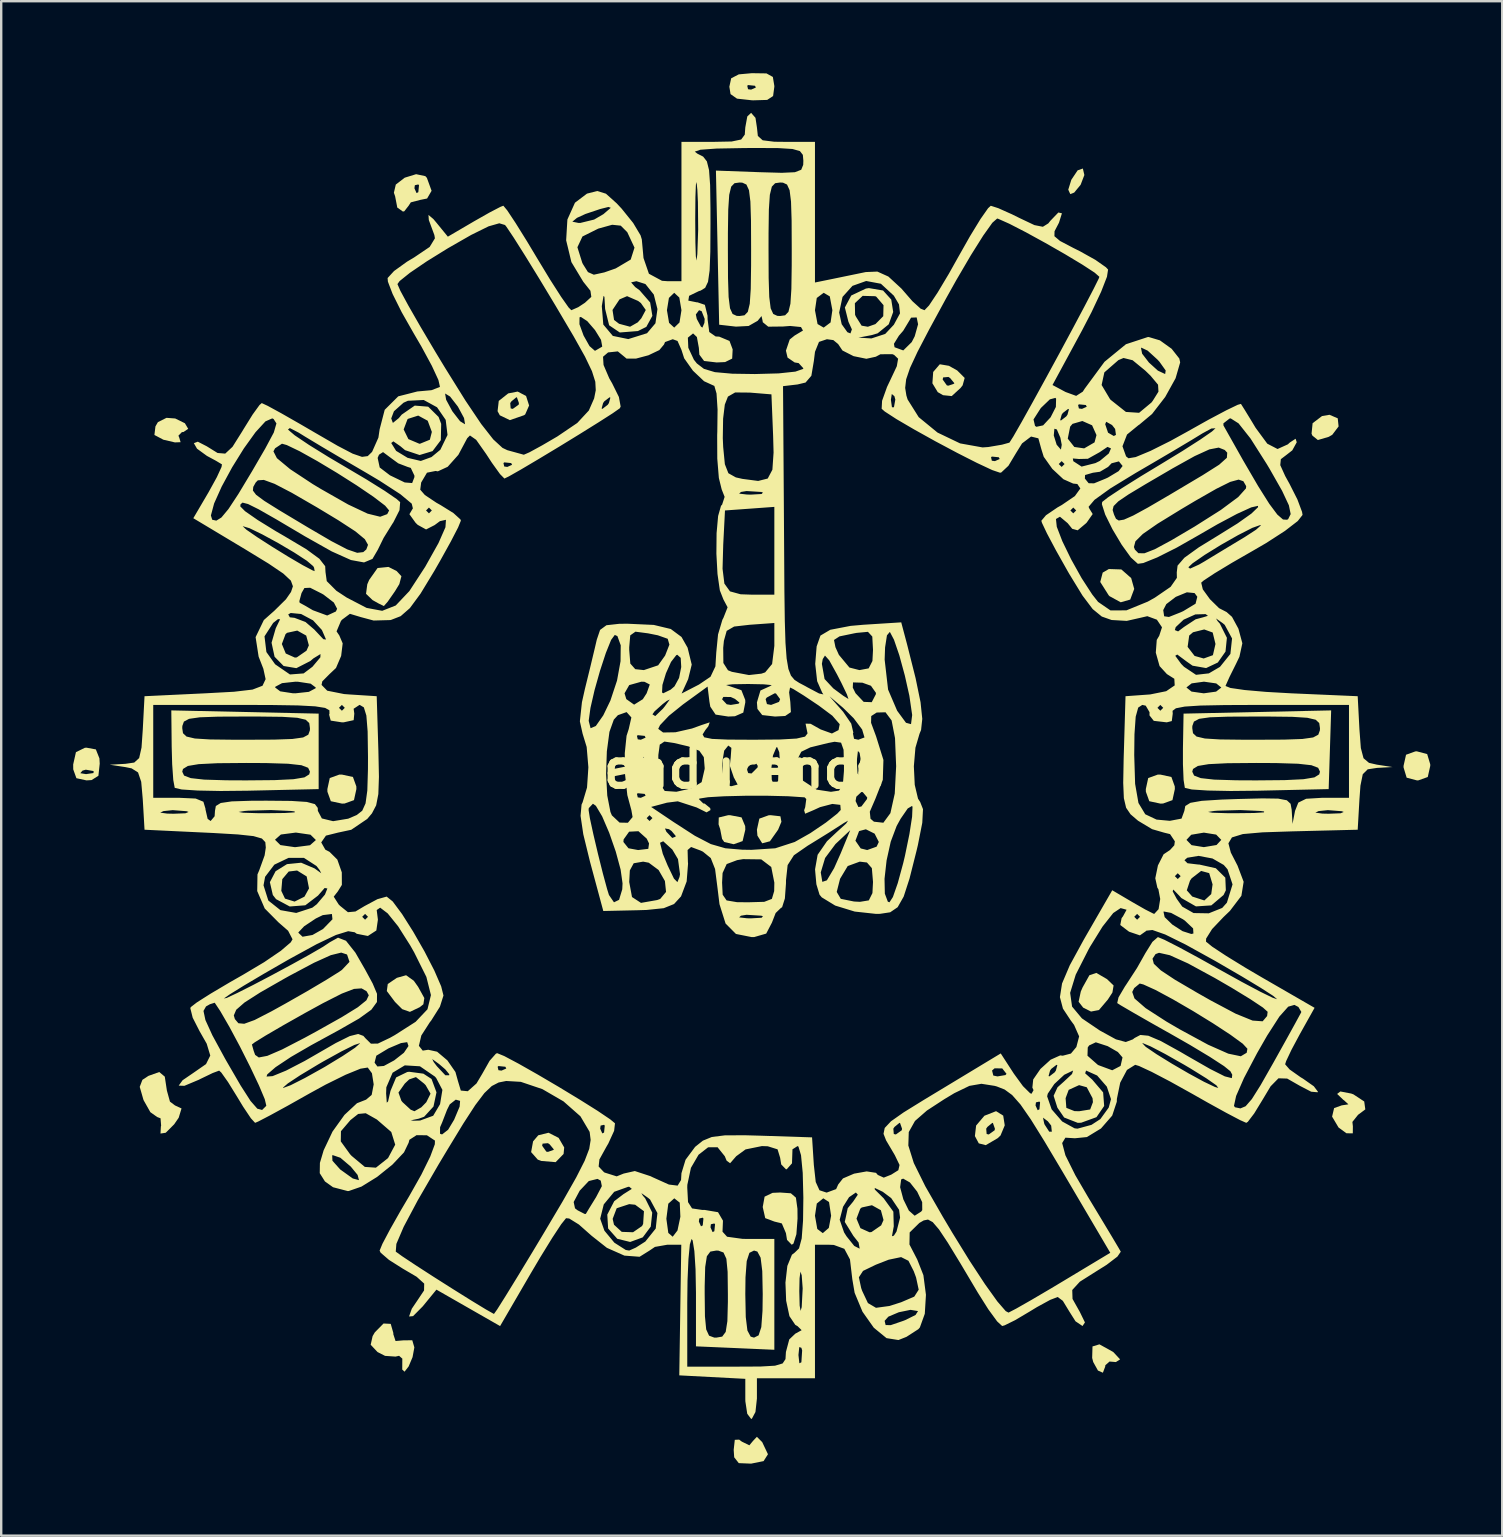
<source format=kicad_pcb>
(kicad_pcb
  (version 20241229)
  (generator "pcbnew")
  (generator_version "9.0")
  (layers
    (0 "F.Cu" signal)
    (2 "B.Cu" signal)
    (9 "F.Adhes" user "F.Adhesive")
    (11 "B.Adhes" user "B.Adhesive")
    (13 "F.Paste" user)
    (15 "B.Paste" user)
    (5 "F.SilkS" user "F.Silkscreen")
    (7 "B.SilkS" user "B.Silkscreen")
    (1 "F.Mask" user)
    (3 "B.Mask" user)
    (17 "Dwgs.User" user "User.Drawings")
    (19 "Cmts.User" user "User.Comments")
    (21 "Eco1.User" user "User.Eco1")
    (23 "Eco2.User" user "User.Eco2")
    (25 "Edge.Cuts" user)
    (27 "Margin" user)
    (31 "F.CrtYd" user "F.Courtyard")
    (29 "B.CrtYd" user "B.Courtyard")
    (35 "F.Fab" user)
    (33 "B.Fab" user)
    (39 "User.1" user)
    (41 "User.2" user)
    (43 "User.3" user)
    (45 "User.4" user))
  (footprint "endurance"
    (layer "F.Cu")
    (at 28.01 28.988)
    (property "Reference" "endurance" (at 0 0 0) (layer "F.SilkS") (effects (font (size 1.524 1.524) (thickness 0.3))))
    (attr board_only exclude_from_pos_files exclude_from_bom)
    (fp_poly (pts (xy 14.13 -24.744) (xy 13.974 -24.337) (xy 13.706 -24.012) (xy 13.543 -23.949) (xy 13.459 -24.133) (xy 13.587 -24.546) (xy 13.85 -24.939) (xy 14.067 -25.015)) (stroke (width 0) (type solid)) (fill yes) (layer "F.SilkS"))
    (fp_poly (pts (xy 1.463 1.98) (xy 1.505 2.209) (xy 1.368 2.538) (xy 1.026 3.022) (xy 0.704 3.106) (xy 0.505 2.788) (xy 0.484 2.54) (xy 0.585 2.078) (xy 0.977 1.937) (xy 1.066 1.935)) (stroke (width 0) (type solid)) (fill yes) (layer "F.SilkS"))
    (fp_poly (pts (xy 15.672 -8.307) (xy 16.081 -7.947) (xy 16.208 -7.495) (xy 16.041 -7.051) (xy 15.645 -6.938) (xy 15.179 -7.193) (xy 15.142 -7.232) (xy 14.792 -7.785) (xy 14.894 -8.175) (xy 15.15 -8.324)) (stroke (width 0) (type solid)) (fill yes) (layer "F.SilkS"))
    (fp_poly (pts (xy 24.689 -14.605) (xy 24.725 -14.267) (xy 24.461 -13.918) (xy 24.313 -13.833) (xy 23.861 -13.7) (xy 23.633 -13.884) (xy 23.598 -13.965) (xy 23.642 -14.401) (xy 24.034 -14.699) (xy 24.346 -14.752)) (stroke (width 0) (type solid)) (fill yes) (layer "F.SilkS"))
    (fp_poly (pts (xy -16.352 0.342) (xy -16.21 0.735) (xy -16.208 0.847) (xy -16.308 1.307) (xy -16.701 1.449) (xy -16.812 1.451) (xy -17.273 1.352) (xy -17.415 0.958) (xy -17.417 0.847) (xy -17.317 0.386) (xy -16.924 0.244) (xy -16.812 0.242)) (stroke (width 0) (type solid)) (fill yes) (layer "F.SilkS"))
    (fp_poly (pts (xy -13.815 8.834) (xy -13.635 9.088) (xy -13.377 9.555) (xy -13.416 9.815) (xy -13.566 9.935) (xy -13.977 10.131) (xy -14.298 10.018) (xy -14.598 9.718) (xy -14.94 9.263) (xy -14.9 8.969) (xy -14.523 8.713) (xy -14.136 8.604)) (stroke (width 0) (type solid)) (fill yes) (layer "F.SilkS"))
    (fp_poly (pts (xy -0.157 2.026) (xy -0.005 2.39) (xy 0 2.54) (xy -0.113 3.014) (xy -0.484 3.145) (xy -0.877 3.052) (xy -0.968 2.923) (xy -1.047 2.517) (xy -1.114 2.318) (xy -1.106 2.03) (xy -0.719 1.936) (xy -0.631 1.935)) (stroke (width 0) (type solid)) (fill yes) (layer "F.SilkS"))
    (fp_poly (pts (xy 17.757 0.342) (xy 17.898 0.735) (xy 17.901 0.847) (xy 17.801 1.307) (xy 17.408 1.449) (xy 17.296 1.451) (xy 16.836 1.352) (xy 16.694 0.958) (xy 16.691 0.847) (xy 16.791 0.386) (xy 17.185 0.244) (xy 17.296 0.242)) (stroke (width 0) (type solid)) (fill yes) (layer "F.SilkS"))
    (fp_poly (pts (xy 28.416 -0.613) (xy 28.544 -0.188) (xy 28.545 -0.121) (xy 28.441 0.343) (xy 28.05 0.483) (xy 27.988 0.484) (xy 27.561 0.371) (xy 27.433 -0.053) (xy 27.432 -0.121) (xy 27.536 -0.585) (xy 27.926 -0.725) (xy 27.988 -0.726)) (stroke (width 0) (type solid)) (fill yes) (layer "F.SilkS"))
    (fp_poly (pts (xy 0.704 28.061) (xy 0.944 28.566) (xy 0.762 28.853) (xy 0.241 28.958) (xy -0.272 28.937) (xy -0.463 28.694) (xy -0.484 28.384) (xy -0.438 27.966) (xy -0.257 27.957) (xy -0.144 28.041) (xy 0.169 28.194) (xy 0.321 28.011) (xy 0.482 27.84)) (stroke (width 0) (type solid)) (fill yes) (layer "F.SilkS"))
    (fp_poly (pts (xy 15.075 8.767) (xy 15.077 8.769) (xy 15.348 9.031) (xy 15.299 9.324) (xy 15.11 9.616) (xy 14.737 10.055) (xy 14.407 10.118) (xy 14.079 9.953) (xy 13.89 9.709) (xy 13.981 9.284) (xy 14.057 9.11) (xy 14.34 8.604) (xy 14.628 8.507)) (stroke (width 0) (type solid)) (fill yes) (layer "F.SilkS"))
    (fp_poly (pts (xy 15.312 24.293) (xy 15.347 24.319) (xy 15.619 24.613) (xy 15.444 24.725) (xy 15.18 24.703) (xy 15.004 24.857) (xy 14.998 24.916) (xy 14.902 25.169) (xy 14.696 25.078) (xy 14.499 24.723) (xy 14.455 24.553) (xy 14.469 24.074) (xy 14.758 23.986)) (stroke (width 0) (type solid)) (fill yes) (layer "F.SilkS"))
    (fp_poly (pts (xy -23.758 -14.598) (xy -23.355 -14.4) (xy -23.217 -14.167) (xy -23.414 -14.034) (xy -23.479 -14.03) (xy -23.624 -13.882) (xy -23.586 -13.789) (xy -23.534 -13.61) (xy -23.771 -13.601) (xy -24.251 -13.713) (xy -24.625 -13.911) (xy -24.582 -14.269) (xy -24.48 -14.445) (xy -24.122 -14.625)) (stroke (width 0) (type solid)) (fill yes) (layer "F.SilkS"))
    (fp_poly (pts (xy -14.533 -8.242) (xy -14.331 -8.025) (xy -14.418 -7.696) (xy -14.599 -7.399) (xy -14.901 -6.965) (xy -15.062 -6.781) (xy -15.064 -6.781) (xy -15.289 -6.892) (xy -15.534 -7.03) (xy -15.806 -7.291) (xy -15.754 -7.687) (xy -15.676 -7.869) (xy -15.324 -8.368) (xy -14.874 -8.412)) (stroke (width 0) (type solid)) (fill yes) (layer "F.SilkS"))
    (fp_poly (pts (xy 1.898 17.691) (xy 2.109 17.873) (xy 2.173 18.337) (xy 2.177 18.748) (xy 2.129 19.397) (xy 2.008 19.786) (xy 1.935 19.836) (xy 1.739 19.634) (xy 1.693 19.352) (xy 1.522 18.948) (xy 1.21 18.869) (xy 0.83 18.727) (xy 0.726 18.264) (xy 0.804 17.832) (xy 1.136 17.673) (xy 1.451 17.659)) (stroke (width 0) (type solid)) (fill yes) (layer "F.SilkS"))
    (fp_poly (pts (xy 25.247 13.534) (xy 25.34 13.567) (xy 25.793 13.865) (xy 25.838 14.195) (xy 25.536 14.421) (xy 25.3 14.717) (xy 25.32 14.897) (xy 25.317 15.194) (xy 25.052 15.19) (xy 24.723 14.95) (xy 24.454 14.497) (xy 24.538 14.141) (xy 24.856 14.027) (xy 25.133 13.985) (xy 24.953 13.817) (xy 24.923 13.798) (xy 24.664 13.551) (xy 24.799 13.448)) (stroke (width 0) (type solid)) (fill yes) (layer "F.SilkS"))
    (fp_poly (pts (xy -24.193 12.83) (xy -24.105 13.41) (xy -23.977 13.872) (xy -23.767 14.03) (xy -23.495 14.156) (xy -23.613 14.543) (xy -23.802 14.817) (xy -24.154 15.169) (xy -24.372 15.202) (xy -24.355 14.903) (xy -24.345 14.877) (xy -24.37 14.566) (xy -24.508 14.514) (xy -24.794 14.311) (xy -25.072 13.819) (xy -25.085 13.786) (xy -25.237 13.256) (xy -25.126 12.964) (xy -24.875 12.799) (xy -24.423 12.638)) (stroke (width 0) (type solid)) (fill yes) (layer "F.SilkS"))
    (fp_poly (pts (xy -27.065 -0.807) (xy -26.917 -0.435) (xy -26.904 -0.214) (xy -26.959 0.292) (xy -27.243 0.471) (xy -27.456 0.484) (xy -27.876 0.393) (xy -27.951 0.184) (xy -27.714 0.184) (xy -27.476 0.223) (xy -27.163 0.178) (xy -27.159 0.096) (xy -27.483 0.038) (xy -27.622 0.077) (xy -27.714 0.184) (xy -27.951 0.184) (xy -28.008 0.025) (xy -28.01 -0.181) (xy -27.895 -0.693) (xy -27.524 -0.874) (xy -27.457 -0.879)) (stroke (width 0) (type solid)) (fill yes) (layer "F.SilkS"))
    (fp_poly (pts (xy -14.777 23.133) (xy -14.667 23.517) (xy -14.67 23.559) (xy -14.576 23.848) (xy -14.247 23.82) (xy -13.879 23.816) (xy -13.792 24.114) (xy -13.867 24.52) (xy -14.03 24.907) (xy -14.201 25.126) (xy -14.297 25.037) (xy -14.294 24.603) (xy -14.291 24.584) (xy -14.429 24.464) (xy -14.575 24.497) (xy -15.013 24.467) (xy -15.327 24.307) (xy -15.612 24.004) (xy -15.532 23.644) (xy -15.439 23.486) (xy -15.077 23.118)) (stroke (width 0) (type solid)) (fill yes) (layer "F.SilkS"))
    (fp_poly (pts (xy -9.137 -15.537) (xy -9.01 -15.139) (xy -9.172 -14.769) (xy -9.218 -14.735) (xy -9.812 -14.529) (xy -10.231 -14.731) (xy -10.324 -14.902) (xy -10.285 -15.24) (xy -9.797 -15.24) (xy -9.778 -15.017) (xy -9.69 -14.998) (xy -9.444 -15.174) (xy -9.434 -15.24) (xy -9.517 -15.476) (xy -9.541 -15.482) (xy -9.747 -15.312) (xy -9.797 -15.24) (xy -10.285 -15.24) (xy -10.275 -15.33) (xy -9.881 -15.643) (xy -9.487 -15.72)) (stroke (width 0) (type solid)) (fill yes) (layer "F.SilkS"))
    (fp_poly (pts (xy -7.779 15.382) (xy -7.547 15.781) (xy -7.573 16.052) (xy -7.904 16.394) (xy -8.499 16.344) (xy -8.648 16.289) (xy -8.926 15.975) (xy -8.878 15.71) (xy -8.467 15.71) (xy -8.291 15.956) (xy -8.225 15.966) (xy -7.989 15.883) (xy -7.983 15.859) (xy -8.152 15.653) (xy -8.225 15.603) (xy -8.448 15.622) (xy -8.467 15.71) (xy -8.878 15.71) (xy -8.844 15.527) (xy -8.628 15.274) (xy -8.199 15.168)) (stroke (width 0) (type solid)) (fill yes) (layer "F.SilkS"))
    (fp_poly (pts (xy 10.748 14.454) (xy 10.812 14.86) (xy 10.636 15.283) (xy 10.516 15.396) (xy 10.021 15.686) (xy 9.73 15.611) (xy 9.568 15.307) (xy 9.604 14.998) (xy 10.039 14.998) (xy 10.058 15.221) (xy 10.146 15.24) (xy 10.392 15.064) (xy 10.402 14.998) (xy 10.319 14.762) (xy 10.295 14.756) (xy 10.089 14.926) (xy 10.039 14.998) (xy 9.604 14.998) (xy 9.619 14.868) (xy 9.964 14.46) (xy 10.44 14.273) (xy 10.456 14.272)) (stroke (width 0) (type solid)) (fill yes) (layer "F.SilkS"))
    (fp_poly (pts (xy 0.882 -28.979) (xy 1.148 -28.831) (xy 1.209 -28.462) (xy 1.21 -28.424) (xy 1.158 -28.035) (xy 0.911 -27.874) (xy 0.332 -27.857) (xy 0.272 -27.859) (xy -0.346 -27.927) (xy -0.615 -28.116) (xy -0.665 -28.424) (xy -0.656 -28.464) (xy 0.081 -28.464) (xy 0.114 -28.32) (xy 0.242 -28.303) (xy 0.441 -28.391) (xy 0.403 -28.464) (xy 0.116 -28.493) (xy 0.081 -28.464) (xy -0.656 -28.464) (xy -0.589 -28.775) (xy -0.271 -28.939) (xy 0.272 -28.988)) (stroke (width 0) (type solid)) (fill yes) (layer "F.SilkS"))
    (fp_poly (pts (xy 8.486 -16.793) (xy 8.83 -16.6) (xy 9.142 -16.288) (xy 9.057 -15.98) (xy 8.972 -15.871) (xy 8.603 -15.532) (xy 8.24 -15.569) (xy 8.02 -15.696) (xy 7.797 -16.064) (xy 7.808 -16.222) (xy 8.225 -16.222) (xy 8.4 -15.976) (xy 8.467 -15.966) (xy 8.702 -16.048) (xy 8.709 -16.072) (xy 8.539 -16.279) (xy 8.467 -16.329) (xy 8.244 -16.309) (xy 8.225 -16.222) (xy 7.808 -16.222) (xy 7.83 -16.537) (xy 8.099 -16.851) (xy 8.114 -16.856)) (stroke (width 0) (type solid)) (fill yes) (layer "F.SilkS"))
    (fp_poly (pts (xy -13.334 -24.697) (xy -13.27 -24.626) (xy -13.074 -24.087) (xy -13.261 -23.765) (xy -13.547 -23.707) (xy -13.94 -23.605) (xy -14.03 -23.465) (xy -14.215 -23.23) (xy -14.272 -23.223) (xy -14.507 -23.392) (xy -14.514 -23.445) (xy -14.594 -23.858) (xy -14.645 -24.007) (xy -14.602 -24.19) (xy -13.789 -24.19) (xy -13.7 -23.991) (xy -13.627 -24.029) (xy -13.598 -24.316) (xy -13.627 -24.352) (xy -13.771 -24.319) (xy -13.789 -24.19) (xy -14.602 -24.19) (xy -14.565 -24.347) (xy -14.193 -24.633) (xy -13.719 -24.779)) (stroke (width 0) (type solid)) (fill yes) (layer "F.SilkS"))
    (fp_poly (pts (xy -17.78 -2.298) (xy -17.78 0.847) (xy -20.725 0.914) (xy -21.866 0.926) (xy -22.821 0.907) (xy -23.49 0.863) (xy -23.777 0.796) (xy -23.779 0.793) (xy -23.839 0.468) (xy -23.863 0.121) (xy -23.465 0.121) (xy -23.389 0.283) (xy -23.11 0.39) (xy -22.551 0.452) (xy -21.635 0.48) (xy -20.804 0.484) (xy -19.613 0.473) (xy -18.828 0.435) (xy -18.374 0.359) (xy -18.174 0.234) (xy -18.143 0.121) (xy -18.219 -0.041) (xy -18.498 -0.148) (xy -19.057 -0.21) (xy -19.972 -0.238) (xy -20.804 -0.242) (xy -21.995 -0.232) (xy -22.779 -0.193) (xy -23.233 -0.117) (xy -23.434 0.008) (xy -23.465 0.121) (xy -23.863 0.121) (xy -23.885 -0.189) (xy -23.905 -0.914) (xy -23.913 -1.693) (xy -23.465 -1.693) (xy -23.434 -1.482) (xy -23.287 -1.343) (xy -22.938 -1.261) (xy -22.306 -1.222) (xy -21.305 -1.21) (xy -20.804 -1.21) (xy -19.639 -1.215) (xy -18.875 -1.242) (xy -18.427 -1.305) (xy -18.212 -1.42) (xy -18.146 -1.602) (xy -18.143 -1.693) (xy -18.173 -1.905) (xy -18.321 -2.044) (xy -18.669 -2.125) (xy -19.302 -2.165) (xy -20.302 -2.177) (xy -20.804 -2.177) (xy -21.968 -2.172) (xy -22.733 -2.145) (xy -23.181 -2.081) (xy -23.396 -1.966) (xy -23.461 -1.785) (xy -23.465 -1.693) (xy -23.913 -1.693) (xy -23.921 -2.433)) (stroke (width 0) (type solid)) (fill yes) (layer "F.SilkS"))
    (fp_poly (pts (xy 24.363 -0.793) (xy 24.311 0.847) (xy 21.367 0.914) (xy 20.226 0.926) (xy 19.273 0.907) (xy 18.605 0.863) (xy 18.319 0.796) (xy 18.317 0.793) (xy 18.265 0.467) (xy 18.251 0.121) (xy 18.627 0.121) (xy 18.703 0.283) (xy 18.982 0.39) (xy 19.541 0.452) (xy 20.456 0.48) (xy 21.288 0.484) (xy 22.479 0.473) (xy 23.263 0.435) (xy 23.717 0.359) (xy 23.918 0.234) (xy 23.949 0.121) (xy 23.873 -0.041) (xy 23.593 -0.148) (xy 23.034 -0.21) (xy 22.119 -0.238) (xy 21.288 -0.242) (xy 20.097 -0.232) (xy 19.312 -0.193) (xy 18.858 -0.117) (xy 18.658 0.008) (xy 18.627 0.121) (xy 18.251 0.121) (xy 18.238 -0.188) (xy 18.238 -0.847) (xy 18.253 -1.693) (xy 18.627 -1.693) (xy 18.657 -1.482) (xy 18.805 -1.343) (xy 19.153 -1.261) (xy 19.786 -1.222) (xy 20.786 -1.21) (xy 21.288 -1.21) (xy 22.452 -1.215) (xy 23.217 -1.242) (xy 23.664 -1.305) (xy 23.879 -1.42) (xy 23.945 -1.602) (xy 23.949 -1.693) (xy 23.918 -1.905) (xy 23.77 -2.044) (xy 23.422 -2.125) (xy 22.79 -2.165) (xy 21.789 -2.177) (xy 21.288 -2.177) (xy 20.123 -2.172) (xy 19.359 -2.145) (xy 18.911 -2.081) (xy 18.696 -1.966) (xy 18.63 -1.785) (xy 18.627 -1.693) (xy 18.253 -1.693) (xy 18.264 -2.298) (xy 24.415 -2.433)) (stroke (width 0) (type solid)) (fill yes) (layer "F.SilkS"))
    (fp_poly (pts (xy 0.424 -27.128) (xy 0.484 -26.73) (xy 0.523 -26.372) (xy 0.723 -26.192) (xy 1.208 -26.131) (xy 1.693 -26.126) (xy 2.903 -26.126) (xy 2.903 -20.265) (xy 3.629 -20.413) (xy 4.414 -20.575) (xy 5.02 -20.7) (xy 5.504 -20.72) (xy 5.963 -20.513) (xy 6.505 -20.013) (xy 6.964 -19.485) (xy 7.307 -19.175) (xy 7.468 -19.11) (xy 7.657 -19.309) (xy 8.015 -19.847) (xy 8.484 -20.632) (xy 8.85 -21.285) (xy 9.363 -22.192) (xy 9.804 -22.914) (xy 10.118 -23.361) (xy 10.23 -23.463) (xy 10.544 -23.362) (xy 11.116 -23.106) (xy 11.423 -22.954) (xy 12.049 -22.657) (xy 12.401 -22.587) (xy 12.628 -22.729) (xy 12.71 -22.833) (xy 13.046 -23.182) (xy 13.195 -23.149) (xy 13.074 -22.762) (xy 13.052 -22.718) (xy 12.887 -22.401) (xy 12.882 -22.194) (xy 13.116 -21.996) (xy 13.668 -21.706) (xy 13.954 -21.563) (xy 14.59 -21.208) (xy 15.029 -20.9) (xy 15.118 -20.805) (xy 15.072 -20.504) (xy 14.829 -19.88) (xy 14.43 -19.032) (xy 14.037 -18.275) (xy 12.802 -15.993) (xy 13.346 -15.702) (xy 13.789 -15.54) (xy 14.064 -15.716) (xy 14.141 -15.836) (xy 14.257 -15.993) (xy 14.849 -15.993) (xy 15.2 -15.404) (xy 15.23 -15.372) (xy 15.862 -14.871) (xy 16.411 -14.835) (xy 16.925 -15.263) (xy 16.981 -15.336) (xy 17.218 -15.716) (xy 17.201 -16.006) (xy 16.887 -16.381) (xy 16.669 -16.592) (xy 16.14 -17.026) (xy 15.762 -17.119) (xy 15.55 -17.031) (xy 14.963 -16.519) (xy 14.849 -15.993) (xy 14.257 -15.993) (xy 14.969 -16.96) (xy 15.675 -17.539) (xy 16.49 -17.539) (xy 16.537 -17.299) (xy 16.821 -16.93) (xy 17.193 -16.593) (xy 17.497 -16.45) (xy 17.519 -16.598) (xy 17.257 -16.965) (xy 17.176 -17.053) (xy 16.768 -17.425) (xy 16.508 -17.548) (xy 16.49 -17.539) (xy 15.675 -17.539) (xy 15.864 -17.693) (xy 16.771 -17.991) (xy 16.812 -17.993) (xy 17.278 -17.854) (xy 17.767 -17.503) (xy 18.087 -17.097) (xy 18.123 -16.936) (xy 17.932 -16.275) (xy 17.499 -15.494) (xy 16.951 -14.785) (xy 16.414 -14.336) (xy 16.389 -14.323) (xy 15.908 -13.929) (xy 15.718 -13.44) (xy 15.869 -13.018) (xy 15.969 -12.94) (xy 16.268 -12.99) (xy 16.883 -13.246) (xy 17.716 -13.662) (xy 18.402 -14.04) (xy 19.036 -14.396) (xy 19.925 -14.396) (xy 19.926 -14.308) (xy 20.746 -12.853) (xy 21.372 -11.78) (xy 21.836 -11.043) (xy 22.171 -10.594) (xy 22.408 -10.388) (xy 22.58 -10.378) (xy 22.625 -10.407) (xy 22.728 -10.614) (xy 22.653 -10.98) (xy 22.371 -11.582) (xy 21.852 -12.496) (xy 21.731 -12.698) (xy 21.055 -13.763) (xy 20.556 -14.394) (xy 20.227 -14.603) (xy 20.179 -14.594) (xy 19.925 -14.396) (xy 19.036 -14.396) (xy 19.31 -14.549) (xy 20.047 -14.94) (xy 20.523 -15.169) (xy 20.655 -15.206) (xy 20.808 -14.964) (xy 21.118 -14.457) (xy 21.265 -14.212) (xy 21.753 -13.548) (xy 22.181 -13.326) (xy 22.61 -13.52) (xy 22.691 -13.595) (xy 22.933 -13.754) (xy 22.981 -13.607) (xy 22.795 -13.27) (xy 22.558 -13.085) (xy 22.318 -12.902) (xy 22.294 -12.654) (xy 22.5 -12.199) (xy 22.679 -11.876) (xy 23.009 -11.222) (xy 23.202 -10.706) (xy 23.223 -10.579) (xy 23.024 -10.325) (xy 22.49 -9.913) (xy 21.712 -9.41) (xy 21.167 -9.093) (xy 20.276 -8.581) (xy 19.555 -8.145) (xy 19.101 -7.845) (xy 18.999 -7.756) (xy 19.066 -7.477) (xy 19.364 -7.066) (xy 19.743 -6.694) (xy 20.058 -6.531) (xy 20.058 -6.531) (xy 20.282 -6.332) (xy 20.543 -5.851) (xy 20.552 -5.831) (xy 20.714 -5.23) (xy 20.592 -4.668) (xy 20.455 -4.382) (xy 20.179 -3.827) (xy 20.019 -3.469) (xy 20.013 -3.45) (xy 20.216 -3.368) (xy 20.81 -3.282) (xy 21.701 -3.204) (xy 22.739 -3.145) (xy 25.521 -3.024) (xy 25.593 -1.648) (xy 25.652 -0.864) (xy 25.764 -0.439) (xy 25.991 -0.247) (xy 26.319 -0.172) (xy 26.972 -0.072) (xy 26.32 -0.036) (xy 25.937 0.023) (xy 25.732 0.228) (xy 25.635 0.704) (xy 25.594 1.27) (xy 25.521 2.54) (xy 22.802 2.608) (xy 21.556 2.649) (xy 20.735 2.721) (xy 20.28 2.861) (xy 20.133 3.106) (xy 20.234 3.493) (xy 20.513 4.036) (xy 20.768 4.709) (xy 20.674 5.294) (xy 20.196 5.923) (xy 19.931 6.177) (xy 19.452 6.681) (xy 19.204 7.077) (xy 19.199 7.204) (xy 19.456 7.413) (xy 20.04 7.798) (xy 20.855 8.299) (xy 21.531 8.696) (xy 23.724 9.962) (xy 23.11 11.059) (xy 22.762 11.71) (xy 22.54 12.18) (xy 22.497 12.315) (xy 22.684 12.531) (xy 23.144 12.856) (xy 23.24 12.913) (xy 23.693 13.232) (xy 23.863 13.457) (xy 23.852 13.482) (xy 23.582 13.458) (xy 23.118 13.217) (xy 22.583 12.911) (xy 22.22 12.899) (xy 21.892 13.233) (xy 21.559 13.789) (xy 21.208 14.364) (xy 20.944 14.711) (xy 20.878 14.756) (xy 20.623 14.643) (xy 20.045 14.339) (xy 19.514 14.046) (xy 20.365 14.046) (xy 20.406 14.107) (xy 20.635 14.154) (xy 20.85 14.064) (xy 21.109 13.766) (xy 21.472 13.19) (xy 21.999 12.264) (xy 22.06 12.155) (xy 22.534 11.304) (xy 22.913 10.617) (xy 23.138 10.203) (xy 23.173 10.135) (xy 23.05 9.927) (xy 22.884 9.84) (xy 22.626 9.914) (xy 22.258 10.326) (xy 21.749 11.117) (xy 21.326 11.854) (xy 20.781 12.89) (xy 20.454 13.636) (xy 20.365 14.046) (xy 19.514 14.046) (xy 19.241 13.895) (xy 18.627 13.547) (xy 17.709 13.036) (xy 16.935 12.631) (xy 16.408 12.386) (xy 16.248 12.337) (xy 15.906 12.551) (xy 15.624 13.081) (xy 15.485 13.759) (xy 15.482 13.876) (xy 15.29 14.454) (xy 14.822 14.991) (xy 14.236 15.348) (xy 13.737 15.398) (xy 13.34 15.374) (xy 13.205 15.598) (xy 13.34 16.108) (xy 13.753 16.938) (xy 14.288 17.855) (xy 14.831 18.754) (xy 15.277 19.496) (xy 15.568 19.986) (xy 15.648 20.125) (xy 15.508 20.329) (xy 15.056 20.674) (xy 14.641 20.934) (xy 13.942 21.376) (xy 13.625 21.722) (xy 13.637 22.094) (xy 13.928 22.613) (xy 13.937 22.627) (xy 14.154 23.073) (xy 14.053 23.223) (xy 13.761 23.026) (xy 13.503 22.618) (xy 13.233 22.174) (xy 13.019 22.013) (xy 12.706 22.133) (xy 12.152 22.436) (xy 11.853 22.618) (xy 11.246 22.978) (xy 10.808 23.194) (xy 10.705 23.223) (xy 10.495 23.03) (xy 10.127 22.526) (xy 9.69 21.832) (xy 8.964 20.611) (xy 8.439 19.75) (xy 8.07 19.196) (xy 7.81 18.893) (xy 7.614 18.786) (xy 7.435 18.822) (xy 7.254 18.927) (xy 6.85 19.323) (xy 6.841 19.825) (xy 7.165 20.451) (xy 7.422 21.104) (xy 7.528 21.923) (xy 7.48 22.713) (xy 7.275 23.282) (xy 7.211 23.355) (xy 6.717 23.674) (xy 6.383 23.807) (xy 5.885 23.728) (xy 5.356 23.295) (xy 5.152 23.007) (xy 5.806 23.007) (xy 5.848 23.183) (xy 6.061 23.186) (xy 6.574 23.011) (xy 6.67 22.974) (xy 7.095 22.762) (xy 7.198 22.6) (xy 7.198 22.6) (xy 6.886 22.549) (xy 6.397 22.649) (xy 5.962 22.833) (xy 5.806 23.007) (xy 5.152 23.007) (xy 4.884 22.627) (xy 4.556 21.839) (xy 4.459 21.269) (xy 4.45 21.192) (xy 4.733 21.192) (xy 4.829 21.641) (xy 4.869 21.756) (xy 5.11 22.266) (xy 5.446 22.464) (xy 6.008 22.388) (xy 6.495 22.232) (xy 7.041 21.998) (xy 7.226 21.709) (xy 7.117 21.201) (xy 7.021 20.941) (xy 6.799 20.504) (xy 6.493 20.351) (xy 5.973 20.46) (xy 5.442 20.667) (xy 4.906 20.926) (xy 4.733 21.192) (xy 4.45 21.192) (xy 4.362 20.447) (xy 4.127 20.005) (xy 3.688 19.844) (xy 3.493 19.836) (xy 2.903 19.836) (xy 2.903 25.4) (xy 0.484 25.4) (xy 0.484 26.247) (xy 0.423 26.806) (xy 0.274 27.086) (xy 0.242 27.093) (xy 0.081 26.881) (xy 0.002 26.359) (xy 0 26.259) (xy 0 25.424) (xy -2.751 25.279) (xy -2.746 24.916) (xy -2.419 24.916) (xy -0.363 24.916) (xy 0.633 24.911) (xy 1.24 24.876) (xy 1.556 24.782) (xy 1.675 24.602) (xy 1.685 24.432) (xy 2.215 24.432) (xy 2.253 24.776) (xy 2.337 24.735) (xy 2.369 24.239) (xy 2.337 24.13) (xy 2.249 24.1) (xy 2.215 24.432) (xy 1.685 24.432) (xy 1.693 24.306) (xy 1.693 24.304) (xy 1.832 23.781) (xy 2.083 23.542) (xy 2.348 23.396) (xy 2.178 23.229) (xy 2.083 23.175) (xy 1.839 22.812) (xy 1.702 22.168) (xy 1.687 21.771) (xy 2.25 21.771) (xy 2.265 22.369) (xy 2.304 22.592) (xy 2.35 22.437) (xy 2.391 21.655) (xy 2.35 21.106) (xy 2.298 20.956) (xy 2.261 21.231) (xy 2.25 21.771) (xy 1.687 21.771) (xy 1.673 21.414) (xy 1.752 20.718) (xy 1.943 20.252) (xy 2.056 20.166) (xy 2.238 19.989) (xy 2.35 19.573) (xy 2.406 18.833) (xy 2.409 18.627) (xy 2.903 18.627) (xy 3 19.178) (xy 3.229 19.352) (xy 3.48 19.135) (xy 3.544 18.795) (xy 3.933 18.795) (xy 4.116 19.321) (xy 4.218 19.484) (xy 4.54 19.885) (xy 4.757 19.996) (xy 4.765 19.99) (xy 4.721 19.743) (xy 4.504 19.468) (xy 4.145 18.885) (xy 4.175 18.748) (xy 4.634 18.748) (xy 4.798 19.145) (xy 5.178 19.316) (xy 5.258 19.307) (xy 5.662 19.028) (xy 5.76 18.805) (xy 5.65 18.397) (xy 5.277 18.189) (xy 4.852 18.283) (xy 4.79 18.336) (xy 4.634 18.748) (xy 4.175 18.748) (xy 4.268 18.313) (xy 4.493 18.039) (xy 4.689 17.749) (xy 4.608 17.659) (xy 4.323 17.855) (xy 4.073 18.254) (xy 3.933 18.795) (xy 3.544 18.795) (xy 3.576 18.627) (xy 3.489 18.055) (xy 3.25 17.901) (xy 2.979 18.119) (xy 2.903 18.627) (xy 2.409 18.627) (xy 2.419 17.875) (xy 2.393 16.841) (xy 2.322 16.104) (xy 2.215 15.746) (xy 2.177 15.724) (xy 1.964 15.86) (xy 1.964 15.905) (xy 1.946 16.443) (xy 1.727 16.689) (xy 1.693 16.691) (xy 1.497 16.489) (xy 1.451 16.208) (xy 1.344 15.86) (xy 0.936 15.732) (xy 0.692 15.724) (xy 0.01 15.863) (xy -0.379 16.147) (xy -0.633 16.439) (xy -0.779 16.331) (xy -0.855 16.147) (xy -1.157 15.772) (xy -1.55 15.775) (xy -1.948 16.085) (xy -2.266 16.631) (xy -2.416 17.339) (xy -2.419 17.455) (xy -2.387 18.059) (xy -2.219 18.322) (xy -1.803 18.384) (xy -1.693 18.385) (xy -1.137 18.479) (xy -0.931 18.832) (xy -0.95 19.292) (xy -0.76 19.502) (xy -0.113 19.591) (xy 0.11 19.594) (xy 1.21 19.594) (xy 1.21 24.213) (xy -0.423 24.141) (xy -2.056 24.07) (xy -2.056 21.892) (xy -1.693 21.892) (xy -1.682 22.82) (xy -1.63 23.364) (xy -1.51 23.625) (xy -1.297 23.704) (xy -1.21 23.707) (xy -0.962 23.664) (xy -0.817 23.468) (xy -0.747 23.02) (xy -0.726 22.219) (xy -0.726 21.892) (xy 0 21.892) (xy 0.019 22.849) (xy 0.088 23.411) (xy 0.224 23.665) (xy 0.363 23.707) (xy 0.554 23.612) (xy 0.667 23.268) (xy 0.717 22.589) (xy 0.726 21.892) (xy 0.707 20.935) (xy 0.638 20.374) (xy 0.502 20.12) (xy 0.363 20.078) (xy 0.171 20.173) (xy 0.059 20.517) (xy 0.008 21.196) (xy 0 21.892) (xy -0.726 21.892) (xy -0.737 20.965) (xy -0.789 20.42) (xy -0.909 20.159) (xy -1.122 20.081) (xy -1.21 20.078) (xy -1.457 20.121) (xy -1.602 20.316) (xy -1.672 20.765) (xy -1.693 21.566) (xy -1.693 21.892) (xy -2.056 21.892) (xy -2.056 21.832) (xy -2.074 20.858) (xy -2.123 20.099) (xy -2.194 19.66) (xy -2.238 19.594) (xy -2.311 19.82) (xy -2.369 20.432) (xy -2.408 21.332) (xy -2.419 22.255) (xy -2.419 24.916) (xy -2.746 24.916) (xy -2.71 22.558) (xy -2.668 19.836) (xy -3.255 19.836) (xy -3.766 19.926) (xy -3.991 20.078) (xy -4.405 20.337) (xy -5.038 20.289) (xy -5.768 19.965) (xy -6.406 19.461) (xy -6.935 18.993) (xy -7.325 18.751) (xy -6.048 18.751) (xy -5.871 19.251) (xy -5.457 19.75) (xy -4.983 20.053) (xy -4.838 20.078) (xy -4.561 19.954) (xy -4.166 19.702) (xy -3.733 19.161) (xy -3.689 18.752) (xy -3.29 18.752) (xy -3.209 19.343) (xy -3.026 19.502) (xy -2.826 19.241) (xy -2.799 19.11) (xy -1.451 19.11) (xy -1.363 19.31) (xy -1.29 19.272) (xy -1.261 18.985) (xy -1.29 18.949) (xy -1.434 18.982) (xy -1.451 19.11) (xy -2.799 19.11) (xy -2.748 18.869) (xy -1.935 18.869) (xy -1.847 19.068) (xy -1.774 19.03) (xy -1.745 18.743) (xy -1.774 18.707) (xy -1.918 18.741) (xy -1.935 18.869) (xy -2.748 18.869) (xy -2.706 18.669) (xy -2.732 18.081) (xy -2.96 17.901) (xy -3.209 18.125) (xy -3.29 18.752) (xy -3.689 18.752) (xy -3.663 18.517) (xy -3.968 17.952) (xy -4.052 17.882) (xy -4.332 17.684) (xy -4.266 17.794) (xy -4.173 17.901) (xy -3.878 18.497) (xy -3.94 19.08) (xy -4.274 19.528) (xy -4.798 19.72) (xy -5.336 19.587) (xy -5.717 19.157) (xy -5.741 18.757) (xy -5.528 18.757) (xy -5.472 19.001) (xy -5.149 19.299) (xy -4.679 19.315) (xy -4.303 19.056) (xy -4.258 18.968) (xy -4.224 18.438) (xy -4.591 18.168) (xy -4.838 18.143) (xy -5.36 18.315) (xy -5.528 18.757) (xy -5.741 18.757) (xy -5.752 18.58) (xy -5.463 18.021) (xy -5.08 17.729) (xy -4.729 17.508) (xy -4.833 17.422) (xy -4.881 17.421) (xy -5.463 17.629) (xy -5.899 18.155) (xy -6.048 18.751) (xy -7.325 18.751) (xy -7.341 18.742) (xy -7.471 18.73) (xy -7.672 18.981) (xy -8.052 19.559) (xy -8.55 20.368) (xy -8.948 21.041) (xy -10.219 23.225) (xy -11.545 22.466) (xy -12.872 21.707) (xy -13.443 22.404) (xy -13.846 22.811) (xy -14.013 22.826) (xy -13.899 22.503) (xy -13.66 22.149) (xy -13.388 21.741) (xy -13.382 21.455) (xy -13.698 21.17) (xy -14.272 20.833) (xy -14.85 20.467) (xy -15.196 20.168) (xy -15.219 20.122) (xy -14.567 20.122) (xy -14.565 20.124) (xy -14.301 20.315) (xy -13.74 20.687) (xy -12.996 21.168) (xy -12.184 21.683) (xy -11.419 22.161) (xy -10.814 22.529) (xy -10.485 22.715) (xy -10.474 22.719) (xy -10.34 22.53) (xy -10.001 21.992) (xy -9.498 21.174) (xy -8.873 20.144) (xy -8.362 19.292) (xy -7.628 18.055) (xy -7.153 18.055) (xy -7.097 18.318) (xy -6.987 18.402) (xy -6.695 18.552) (xy -6.647 18.553) (xy -6.519 18.338) (xy -6.239 17.884) (xy -6.225 17.863) (xy -5.979 17.395) (xy -6.024 17.164) (xy -6.159 17.091) (xy -6.522 17.181) (xy -6.902 17.583) (xy -7.153 18.055) (xy -7.628 18.055) (xy -7.591 17.991) (xy -7.046 17.029) (xy -6.694 16.336) (xy -6.504 15.839) (xy -6.445 15.469) (xy -6.484 15.154) (xy -6.491 15.125) (xy -6.566 14.998) (xy -6.048 14.998) (xy -5.959 15.197) (xy -5.886 15.159) (xy -5.857 14.872) (xy -5.886 14.837) (xy -6.03 14.87) (xy -6.048 14.998) (xy -6.566 14.998) (xy -6.871 14.483) (xy -7.577 13.861) (xy -8.456 13.351) (xy -9.355 13.047) (xy -9.965 13.011) (xy -10.28 13.074) (xy -10.566 13.222) (xy -10.873 13.514) (xy -11.251 14.014) (xy -11.75 14.783) (xy -12.418 15.881) (xy -12.786 16.495) (xy -13.651 17.986) (xy -14.237 19.088) (xy -14.542 19.801) (xy -14.567 20.122) (xy -15.219 20.122) (xy -15.24 20.081) (xy -15.123 19.797) (xy -14.807 19.199) (xy -14.348 18.388) (xy -14.008 17.812) (xy -13.501 16.914) (xy -13.129 16.159) (xy -12.939 15.648) (xy -12.934 15.495) (xy -13.268 15.274) (xy -13.7 15.269) (xy -13.999 15.462) (xy -14.03 15.584) (xy -14.223 15.985) (xy -14.706 16.496) (xy -15.344 17.009) (xy -15.995 17.412) (xy -16.523 17.596) (xy -16.569 17.599) (xy -17.181 17.439) (xy -17.518 17.198) (xy -17.735 16.854) (xy -17.728 16.424) (xy -17.635 16.112) (xy -17.216 16.112) (xy -17.206 16.335) (xy -16.889 16.691) (xy -16.878 16.701) (xy -16.358 17.074) (xy -16.1 17.144) (xy -16.157 16.926) (xy -16.443 16.578) (xy -16.876 16.21) (xy -17.192 16.102) (xy -17.216 16.112) (xy -17.635 16.112) (xy -17.572 15.899) (xy -17.396 15.528) (xy -16.858 15.528) (xy -16.472 16.062) (xy -16.407 16.132) (xy -15.856 16.592) (xy -15.394 16.624) (xy -14.901 16.234) (xy -14.885 16.217) (xy -14.59 15.665) (xy -14.732 15.208) (xy -12.723 15.208) (xy -12.638 15.24) (xy -12.386 15.044) (xy -12.134 14.624) (xy -11.905 14.078) (xy -11.886 13.84) (xy -12.067 13.789) (xy -12.316 13.985) (xy -12.43 14.212) (xy -12.636 14.745) (xy -12.72 14.938) (xy -12.723 15.208) (xy -14.732 15.208) (xy -14.754 15.137) (xy -15.354 14.617) (xy -15.819 14.355) (xy -16.133 14.385) (xy -16.456 14.641) (xy -16.851 15.104) (xy -16.858 15.528) (xy -17.396 15.528) (xy -17.203 15.12) (xy -16.704 14.424) (xy -16.183 13.938) (xy -15.803 13.789) (xy -15.572 13.593) (xy -15.56 13.535) (xy -14.969 13.535) (xy -14.941 13.916) (xy -14.887 13.862) (xy -14.802 13.493) (xy -14.454 13.493) (xy -14.333 13.835) (xy -14.282 13.897) (xy -13.945 14.207) (xy -13.789 14.272) (xy -13.501 14.108) (xy -13.295 13.897) (xy -13.118 13.541) (xy -13.321 13.187) (xy -13.386 13.12) (xy -13.726 12.849) (xy -14.006 12.945) (xy -14.191 13.12) (xy -14.454 13.493) (xy -14.802 13.493) (xy -14.787 13.426) (xy -14.552 12.863) (xy -14.089 12.638) (xy -14.009 12.627) (xy -13.416 12.706) (xy -13.076 12.927) (xy -12.87 13.484) (xy -12.995 14.076) (xy -13.385 14.502) (xy -13.608 14.582) (xy -13.944 14.652) (xy -13.818 14.667) (xy -13.551 14.659) (xy -13.007 14.46) (xy -12.721 13.977) (xy -12.623 13.382) (xy -12.881 12.89) (xy -12.935 12.828) (xy -13.559 12.399) (xy -14.19 12.36) (xy -14.699 12.667) (xy -14.96 13.274) (xy -14.969 13.535) (xy -15.56 13.535) (xy -15.487 13.153) (xy -15.56 12.689) (xy -15.735 12.451) (xy -16.038 12.499) (xy -16.656 12.751) (xy -17.49 13.163) (xy -18.152 13.526) (xy -19.062 14.038) (xy -19.807 14.445) (xy -20.293 14.698) (xy -20.429 14.756) (xy -20.604 14.566) (xy -20.93 14.079) (xy -21.179 13.668) (xy -21.558 13.055) (xy -21.838 12.66) (xy -21.927 12.579) (xy -22.195 12.679) (xy -22.704 12.924) (xy -22.774 12.96) (xy -23.376 13.213) (xy -23.613 13.204) (xy -23.45 12.98) (xy -22.998 12.671) (xy -22.474 12.307) (xy -22.297 11.951) (xy -22.446 11.457) (xy -22.745 10.932) (xy -23.03 10.373) (xy -23.1 10.092) (xy -22.58 10.092) (xy -22.5 10.47) (xy -22.21 11.107) (xy -21.685 12.072) (xy -21.622 12.183) (xy -21.031 13.201) (xy -20.618 13.844) (xy -20.336 14.166) (xy -20.137 14.219) (xy -19.973 14.057) (xy -19.962 14.039) (xy -20.025 13.772) (xy -20.229 13.288) (xy -19.267 13.288) (xy -19.253 13.3) (xy -18.949 13.188) (xy -18.354 12.887) (xy -17.59 12.461) (xy -17.505 12.412) (xy -17.235 12.247) (xy -15.45 12.247) (xy -15.332 12.407) (xy -15.063 12.385) (xy -14.633 12.153) (xy -14.562 12.097) (xy -13.047 12.097) (xy -12.987 12.222) (xy -12.852 12.398) (xy -12.499 12.774) (xy -12.341 12.772) (xy -12.337 12.73) (xy -12.502 12.528) (xy -12.76 12.306) (xy -13.047 12.097) (xy -14.562 12.097) (xy -14.229 11.836) (xy -14.039 11.557) (xy -14.038 11.551) (xy -14.091 11.393) (xy -14.35 11.432) (xy -14.866 11.65) (xy -15.377 11.958) (xy -15.45 12.247) (xy -17.235 12.247) (xy -16.779 11.97) (xy -16.264 11.626) (xy -16.059 11.445) (xy -16.061 11.436) (xy -16.292 11.51) (xy -16.834 11.78) (xy -17.581 12.193) (xy -17.808 12.325) (xy -18.551 12.773) (xy -19.065 13.113) (xy -19.267 13.288) (xy -20.229 13.288) (xy -20.267 13.198) (xy -20.631 12.429) (xy -21.059 11.579) (xy -21.106 11.491) (xy -20.562 11.491) (xy -20.488 11.756) (xy -20.427 11.924) (xy -20.275 12.031) (xy -19.92 11.964) (xy -19.303 11.698) (xy -18.361 11.21) (xy -17.869 10.942) (xy -16.822 10.354) (xy -16.148 9.938) (xy -15.79 9.648) (xy -15.691 9.439) (xy -15.782 9.273) (xy -15.991 9.152) (xy -16.307 9.174) (xy -16.814 9.369) (xy -17.594 9.765) (xy -18.34 10.174) (xy -19.253 10.689) (xy -19.984 11.115) (xy -20.446 11.401) (xy -20.562 11.491) (xy -21.106 11.491) (xy -21.496 10.763) (xy -21.776 10.279) (xy -21.316 10.279) (xy -21.272 10.431) (xy -21.125 10.605) (xy -20.881 10.627) (xy -20.451 10.471) (xy -19.748 10.109) (xy -19.174 9.791) (xy -18.265 9.273) (xy -17.471 8.803) (xy -16.923 8.46) (xy -16.812 8.383) (xy -16.495 8.047) (xy -16.593 7.752) (xy -16.607 7.737) (xy -16.84 7.661) (xy -17.274 7.768) (xy -17.973 8.084) (xy -19.004 8.632) (xy -19.189 8.735) (xy -20.214 9.321) (xy -20.87 9.741) (xy -21.216 10.043) (xy -21.316 10.279) (xy -21.776 10.279) (xy -21.883 10.094) (xy -22.112 9.75) (xy -22.314 9.813) (xy -22.475 9.905) (xy -22.58 10.092) (xy -23.1 10.092) (xy -23.127 9.986) (xy -23.113 9.936) (xy -22.862 9.741) (xy -22.599 9.573) (xy -21.73 9.573) (xy -21.611 9.55) (xy -21.17 9.343) (xy -20.504 9.007) (xy -19.715 8.593) (xy -18.902 8.155) (xy -18.163 7.746) (xy -17.599 7.419) (xy -17.309 7.225) (xy -17.308 7.225) (xy -16.973 7.039) (xy -16.641 7.168) (xy -16.251 7.66) (xy -15.845 8.365) (xy -15.529 8.949) (xy -15.348 9.378) (xy -15.351 9.72) (xy -15.583 10.04) (xy -16.092 10.407) (xy -16.927 10.885) (xy -18.087 11.518) (xy -18.936 12.01) (xy -19.576 12.436) (xy -19.922 12.736) (xy -19.953 12.827) (xy -19.701 12.809) (xy -19.139 12.579) (xy -18.368 12.18) (xy -17.963 11.947) (xy -17.065 11.429) (xy -16.485 11.141) (xy -16.133 11.052) (xy -15.917 11.132) (xy -15.822 11.239) (xy -15.602 11.456) (xy -15.314 11.453) (xy -14.808 11.212) (xy -14.603 11.097) (xy -13.74 10.546) (xy -13.245 10.023) (xy -13.101 9.431) (xy -13.291 8.674) (xy -13.798 7.655) (xy -13.961 7.367) (xy -14.469 6.565) (xy -14.904 6.026) (xy -15.217 5.788) (xy -15.361 5.887) (xy -15.311 6.287) (xy -15.376 6.739) (xy -15.729 6.968) (xy -16.192 6.877) (xy -16.279 6.814) (xy -16.549 6.769) (xy -17.058 6.926) (xy -17.859 7.307) (xy -19.007 7.935) (xy -19.077 7.975) (xy -20.065 8.544) (xy -20.897 9.037) (xy -21.482 9.399) (xy -21.73 9.573) (xy -22.599 9.573) (xy -22.285 9.374) (xy -21.48 8.897) (xy -20.931 8.584) (xy -20.05 8.059) (xy -19.357 7.587) (xy -18.944 7.234) (xy -18.869 7.106) (xy -19.01 6.834) (xy -18.625 6.834) (xy -18.452 7) (xy -18.038 6.927) (xy -17.599 6.678) (xy -17.205 6.273) (xy -17.216 6.169) (xy -15.966 6.169) (xy -15.845 6.29) (xy -15.724 6.169) (xy -15.845 6.048) (xy -15.966 6.169) (xy -17.216 6.169) (xy -17.228 6.052) (xy -17.609 6.099) (xy -17.899 6.24) (xy -18.387 6.565) (xy -18.621 6.814) (xy -18.625 6.834) (xy -19.01 6.834) (xy -19.053 6.751) (xy -19.455 6.4) (xy -20.028 5.822) (xy -20.341 5.097) (xy -20.337 4.858) (xy -20.078 4.858) (xy -19.878 5.491) (xy -19.375 5.891) (xy -18.715 6.008) (xy -18.043 5.788) (xy -17.86 5.647) (xy -17.517 5.242) (xy -17.417 4.989) (xy -17.53 4.968) (xy -17.802 5.279) (xy -17.803 5.282) (xy -18.336 5.689) (xy -18.985 5.739) (xy -19.556 5.433) (xy -19.69 5.261) (xy -19.73 5.087) (xy -19.337 5.087) (xy -19.183 5.411) (xy -18.783 5.535) (xy -18.372 5.33) (xy -18.182 4.985) (xy -18.279 4.488) (xy -18.679 4.24) (xy -19.028 4.282) (xy -19.296 4.6) (xy -19.337 5.087) (xy -19.73 5.087) (xy -19.813 4.726) (xy -19.575 4.27) (xy -19.099 3.974) (xy -18.509 3.915) (xy -17.948 4.154) (xy -17.673 4.354) (xy -17.739 4.223) (xy -17.87 4.052) (xy -18.395 3.712) (xy -19.034 3.713) (xy -19.627 3.996) (xy -20.012 4.502) (xy -20.078 4.858) (xy -20.337 4.858) (xy -20.33 4.402) (xy -20.258 4.234) (xy -20.032 3.609) (xy -19.983 3.285) (xy -20.003 3.059) (xy -20.093 2.963) (xy -19.594 2.963) (xy -19.374 3.18) (xy -18.781 3.266) (xy -18.748 3.266) (xy -18.141 3.187) (xy -18.008 3.069) (xy -17.673 3.069) (xy -17.502 3.371) (xy -17.327 3.462) (xy -17.002 3.785) (xy -16.816 4.316) (xy -16.813 4.84) (xy -16.98 5.109) (xy -17.152 5.33) (xy -16.946 5.654) (xy -16.887 5.713) (xy -16.56 5.977) (xy -16.247 5.948) (xy -15.868 5.722) (xy -15.33 5.434) (xy -14.946 5.327) (xy -14.695 5.529) (xy -14.305 6.054) (xy -13.842 6.786) (xy -13.371 7.609) (xy -12.96 8.408) (xy -12.674 9.068) (xy -12.579 9.449) (xy -12.727 9.917) (xy -13.089 10.491) (xy -13.148 10.565) (xy -13.502 11.116) (xy -13.603 11.546) (xy -13.443 11.746) (xy -13.213 11.71) (xy -12.844 11.791) (xy -12.416 12.152) (xy -12.08 12.637) (xy -11.978 13.003) (xy -11.856 13.41) (xy -11.566 13.438) (xy -11.202 13.114) (xy -10.967 12.719) (xy -10.796 12.418) (xy -10.321 12.418) (xy -10.288 12.562) (xy -10.16 12.579) (xy -9.961 12.491) (xy -9.999 12.418) (xy -10.286 12.389) (xy -10.321 12.418) (xy -10.796 12.418) (xy -10.656 12.17) (xy -10.391 11.871) (xy -10.338 11.853) (xy -10.047 11.972) (xy -9.452 12.288) (xy -8.66 12.737) (xy -7.775 13.257) (xy -6.904 13.785) (xy -6.152 14.257) (xy -5.625 14.613) (xy -5.431 14.775) (xy -5.467 15.088) (xy -5.709 15.617) (xy -5.788 15.752) (xy -6.08 16.281) (xy -6.112 16.576) (xy -5.897 16.804) (xy -5.865 16.827) (xy -5.36 16.986) (xy -5.068 16.869) (xy -4.604 16.764) (xy -3.95 16.979) (xy -3.869 17.019) (xy -3.185 17.327) (xy -2.82 17.372) (xy -2.678 17.139) (xy -2.661 16.855) (xy -2.49 16.294) (xy -2.091 15.756) (xy -1.768 15.498) (xy -1.395 15.345) (xy -0.852 15.277) (xy -0.015 15.273) (xy 0.631 15.291) (xy 2.782 15.361) (xy 2.856 16.51) (xy 2.935 17.221) (xy 3.091 17.565) (xy 3.377 17.659) (xy 3.4 17.659) (xy 3.785 17.517) (xy 3.807 17.468) (xy 5.394 17.468) (xy 5.397 17.534) (xy 5.745 17.88) (xy 5.765 17.899) (xy 6.17 18.457) (xy 6.187 19.068) (xy 6.185 19.077) (xy 6.112 19.481) (xy 6.192 19.456) (xy 6.301 19.287) (xy 6.45 18.706) (xy 6.409 18.38) (xy 6.08 17.892) (xy 5.729 17.629) (xy 5.394 17.468) (xy 3.807 17.468) (xy 3.821 17.438) (xy 6.452 17.438) (xy 6.586 17.943) (xy 6.815 18.411) (xy 7.057 18.625) (xy 7.061 18.625) (xy 7.329 18.454) (xy 7.374 18.392) (xy 7.371 18.061) (xy 7.163 17.623) (xy 6.861 17.241) (xy 6.579 17.08) (xy 6.495 17.114) (xy 6.452 17.438) (xy 3.821 17.438) (xy 3.87 17.326) (xy 4.07 17.072) (xy 4.533 16.873) (xy 5.059 16.779) (xy 5.447 16.839) (xy 5.521 16.926) (xy 5.77 17.039) (xy 6.081 16.915) (xy 6.378 16.729) (xy 6.428 16.512) (xy 6.232 16.105) (xy 6.079 15.844) (xy 5.994 15.701) (xy 6.794 15.701) (xy 7.022 16.43) (xy 7.5 17.397) (xy 8.232 18.671) (xy 8.632 19.343) (xy 9.351 20.508) (xy 9.99 21.481) (xy 10.505 22.2) (xy 10.853 22.602) (xy 10.969 22.664) (xy 11.288 22.498) (xy 11.913 22.142) (xy 12.738 21.657) (xy 13.229 21.363) (xy 15.21 20.171) (xy 13.224 16.798) (xy 12.467 15.526) (xy 11.898 14.611) (xy 11.848 14.539) (xy 12.406 14.539) (xy 12.456 14.781) (xy 12.474 14.827) (xy 12.665 15.123) (xy 12.774 15.125) (xy 12.747 14.87) (xy 12.609 14.692) (xy 12.406 14.539) (xy 11.848 14.539) (xy 11.495 14.03) (xy 12.095 14.03) (xy 12.184 14.23) (xy 12.257 14.192) (xy 12.285 13.905) (xy 12.257 13.869) (xy 12.113 13.902) (xy 12.095 14.03) (xy 11.495 14.03) (xy 11.466 13.989) (xy 11.168 13.651) (xy 12.579 13.651) (xy 12.766 14.192) (xy 13.206 14.699) (xy 13.723 14.984) (xy 13.844 14.998) (xy 14.426 14.84) (xy 14.798 14.598) (xy 15.145 14.119) (xy 15.24 13.768) (xy 15.066 13.247) (xy 14.662 12.783) (xy 14.207 12.579) (xy 14.201 12.579) (xy 14.163 12.691) (xy 14.46 12.956) (xy 14.912 13.487) (xy 14.955 14.053) (xy 14.635 14.519) (xy 13.999 14.75) (xy 13.856 14.756) (xy 13.287 14.533) (xy 13.006 14.123) (xy 12.881 13.728) (xy 13.348 13.728) (xy 13.379 14.131) (xy 13.716 14.266) (xy 13.91 14.272) (xy 14.372 14.198) (xy 14.487 13.894) (xy 14.471 13.728) (xy 14.23 13.273) (xy 13.91 13.184) (xy 13.477 13.381) (xy 13.348 13.728) (xy 12.881 13.728) (xy 12.849 13.627) (xy 13.012 13.274) (xy 13.28 13.034) (xy 13.616 12.72) (xy 13.661 12.579) (xy 13.653 12.579) (xy 13.292 12.752) (xy 12.876 13.139) (xy 12.604 13.542) (xy 12.579 13.651) (xy 11.168 13.651) (xy 11.119 13.596) (xy 10.807 13.367) (xy 10.48 13.239) (xy 10.388 13.214) (xy 9.84 13.128) (xy 9.339 13.215) (xy 8.711 13.519) (xy 8.298 13.767) (xy 7.568 14.243) (xy 7.071 14.677) (xy 6.812 15.14) (xy 6.794 15.701) (xy 5.994 15.701) (xy 5.867 15.486) (xy 5.76 15.213) (xy 5.804 14.998) (xy 6.169 14.998) (xy 6.188 15.221) (xy 6.275 15.24) (xy 6.522 15.064) (xy 6.531 14.998) (xy 6.449 14.762) (xy 6.425 14.756) (xy 6.218 14.926) (xy 6.169 14.998) (xy 5.804 14.998) (xy 5.811 14.968) (xy 6.072 14.69) (xy 6.595 14.322) (xy 7.432 13.804) (xy 8.407 13.215) (xy 9.466 12.575) (xy 10.283 12.575) (xy 10.336 12.785) (xy 10.509 12.821) (xy 10.84 12.765) (xy 10.886 12.714) (xy 10.708 12.488) (xy 10.389 12.483) (xy 10.283 12.575) (xy 9.466 12.575) (xy 10.645 11.863) (xy 11.189 12.702) (xy 11.571 13.226) (xy 11.869 13.521) (xy 11.928 13.544) (xy 12.012 13.393) (xy 11.963 13.287) (xy 11.998 12.948) (xy 12.096 12.805) (xy 12.638 12.805) (xy 12.671 12.821) (xy 12.892 12.651) (xy 12.942 12.579) (xy 13.004 12.353) (xy 12.97 12.337) (xy 12.75 12.507) (xy 12.7 12.579) (xy 12.638 12.805) (xy 12.096 12.805) (xy 12.3 12.509) (xy 12.724 12.124) (xy 13.093 11.959) (xy 14.26 11.959) (xy 14.685 12.333) (xy 14.712 12.35) (xy 15.292 12.565) (xy 15.639 12.384) (xy 15.72 12.03) (xy 15.528 11.805) (xy 15.102 11.56) (xy 14.724 11.437) (xy 16.543 11.437) (xy 16.687 11.588) (xy 17.138 11.895) (xy 17.773 12.287) (xy 18.471 12.693) (xy 19.111 13.042) (xy 19.573 13.261) (xy 19.711 13.301) (xy 19.633 13.193) (xy 19.216 12.902) (xy 18.541 12.483) (xy 18.285 12.332) (xy 17.501 11.888) (xy 16.894 11.571) (xy 16.569 11.436) (xy 16.543 11.437) (xy 14.724 11.437) (xy 14.607 11.399) (xy 14.329 11.53) (xy 14.271 11.614) (xy 14.26 11.959) (xy 13.093 11.959) (xy 13.124 11.945) (xy 13.229 11.958) (xy 13.57 11.868) (xy 13.797 11.596) (xy 13.912 11.152) (xy 13.701 10.675) (xy 13.559 10.483) (xy 13.237 9.995) (xy 13.111 9.516) (xy 13.139 9.339) (xy 13.537 9.339) (xy 13.618 9.911) (xy 14.027 10.401) (xy 14.779 10.911) (xy 14.784 10.913) (xy 15.446 11.276) (xy 15.856 11.387) (xy 16.152 11.276) (xy 16.222 11.22) (xy 16.463 11.093) (xy 16.796 11.125) (xy 17.318 11.347) (xy 18.124 11.793) (xy 18.399 11.954) (xy 19.372 12.511) (xy 19.983 12.819) (xy 20.276 12.893) (xy 20.293 12.75) (xy 20.216 12.606) (xy 19.952 12.392) (xy 19.359 12.006) (xy 18.534 11.51) (xy 17.833 11.109) (xy 16.906 10.586) (xy 16.147 10.151) (xy 15.647 9.859) (xy 15.499 9.764) (xy 15.553 9.527) (xy 15.686 9.301) (xy 16.125 9.301) (xy 16.219 9.572) (xy 16.683 9.975) (xy 17.549 10.534) (xy 18.095 10.853) (xy 19.287 11.5) (xy 20.127 11.872) (xy 20.65 11.981) (xy 20.895 11.835) (xy 20.925 11.667) (xy 20.73 11.457) (xy 20.215 11.082) (xy 19.488 10.606) (xy 18.656 10.094) (xy 17.823 9.61) (xy 17.099 9.22) (xy 16.588 8.988) (xy 16.437 8.95) (xy 16.206 9.141) (xy 16.125 9.301) (xy 15.686 9.301) (xy 15.821 9.072) (xy 15.865 9.008) (xy 16.32 8.308) (xy 16.543 7.915) (xy 16.97 7.915) (xy 17.025 8.125) (xy 17.316 8.401) (xy 17.898 8.787) (xy 18.827 9.332) (xy 19.386 9.649) (xy 20.434 10.206) (xy 21.141 10.494) (xy 21.56 10.524) (xy 21.746 10.305) (xy 21.768 10.127) (xy 21.572 9.951) (xy 21.041 9.598) (xy 20.261 9.122) (xy 19.564 8.718) (xy 18.452 8.113) (xy 17.692 7.77) (xy 17.241 7.669) (xy 17.097 7.723) (xy 16.97 7.915) (xy 16.543 7.915) (xy 16.675 7.68) (xy 16.966 7.214) (xy 17.193 7.015) (xy 17.196 7.015) (xy 17.467 7.128) (xy 18.066 7.433) (xy 18.898 7.883) (xy 19.732 8.349) (xy 20.679 8.875) (xy 21.458 9.289) (xy 21.983 9.545) (xy 22.165 9.605) (xy 21.998 9.463) (xy 21.485 9.132) (xy 20.702 8.659) (xy 19.726 8.091) (xy 19.562 7.997) (xy 18.349 7.326) (xy 17.498 6.906) (xy 16.966 6.719) (xy 16.711 6.747) (xy 16.696 6.766) (xy 16.445 6.943) (xy 16.004 6.794) (xy 15.981 6.781) (xy 15.626 6.511) (xy 15.682 6.224) (xy 15.725 6.169) (xy 16.208 6.169) (xy 16.329 6.29) (xy 16.45 6.169) (xy 16.329 6.048) (xy 16.208 6.169) (xy 15.725 6.169) (xy 15.738 6.152) (xy 15.89 5.875) (xy 15.641 5.806) (xy 15.333 6.012) (xy 14.886 6.579) (xy 14.363 7.424) (xy 14.302 7.535) (xy 13.77 8.581) (xy 13.537 9.339) (xy 13.139 9.339) (xy 13.2 8.948) (xy 13.522 8.19) (xy 14.094 7.142) (xy 14.178 6.995) (xy 15.292 5.063) (xy 16.127 5.555) (xy 16.671 5.866) (xy 17.006 6.036) (xy 17.042 6.048) (xy 17.125 5.958) (xy 17.427 5.958) (xy 17.476 6.183) (xy 17.797 6.494) (xy 18.223 6.768) (xy 18.588 6.885) (xy 18.675 6.865) (xy 18.662 6.653) (xy 18.318 6.328) (xy 18.236 6.271) (xy 17.744 6.006) (xy 17.442 5.948) (xy 17.427 5.958) (xy 17.125 5.958) (xy 17.223 5.851) (xy 17.291 5.426) (xy 17.231 5.108) (xy 17.81 5.108) (xy 17.979 5.42) (xy 18.21 5.745) (xy 18.681 6.013) (xy 19.314 6.024) (xy 19.875 5.799) (xy 20.07 5.58) (xy 20.305 4.819) (xy 20.097 4.19) (xy 19.94 4.009) (xy 19.47 3.739) (xy 18.89 3.63) (xy 18.418 3.708) (xy 18.301 3.811) (xy 18.427 3.937) (xy 18.887 3.992) (xy 18.922 3.992) (xy 19.608 4.145) (xy 20.004 4.537) (xy 20.026 5.065) (xy 19.931 5.261) (xy 19.421 5.693) (xy 18.781 5.736) (xy 18.173 5.388) (xy 18.079 5.284) (xy 17.868 5.066) (xy 18.399 5.066) (xy 18.627 5.325) (xy 19.13 5.488) (xy 19.417 5.223) (xy 19.473 4.818) (xy 19.332 4.349) (xy 18.996 4.258) (xy 18.599 4.566) (xy 18.532 4.664) (xy 18.399 5.066) (xy 17.868 5.066) (xy 17.835 5.033) (xy 17.81 5.108) (xy 17.231 5.108) (xy 17.215 5.021) (xy 17.172 4.955) (xy 17.086 4.562) (xy 17.104 4.475) (xy 17.901 4.475) (xy 18.022 4.596) (xy 18.143 4.475) (xy 18.022 4.354) (xy 17.901 4.475) (xy 17.104 4.475) (xy 17.196 4.027) (xy 17.432 3.564) (xy 17.698 3.387) (xy 17.878 3.19) (xy 17.901 3.024) (xy 17.861 2.963) (xy 18.385 2.963) (xy 18.598 3.183) (xy 19.11 3.266) (xy 19.638 3.177) (xy 19.836 2.963) (xy 19.623 2.743) (xy 19.11 2.661) (xy 18.583 2.75) (xy 18.385 2.963) (xy 17.861 2.963) (xy 17.701 2.723) (xy 17.45 2.661) (xy 16.953 2.517) (xy 16.374 2.169) (xy 16.353 2.153) (xy 16.055 1.897) (xy 15.87 1.625) (xy 15.776 1.226) (xy 15.749 0.589) (xy 15.767 -0.394) (xy 15.772 -0.571) (xy 16.208 -0.571) (xy 16.245 0.628) (xy 16.384 1.425) (xy 16.668 1.896) (xy 17.138 2.118) (xy 17.693 2.169) (xy 18.179 2.077) (xy 18.281 1.799) (xy 19.284 1.799) (xy 19.466 1.831) (xy 20.041 1.85) (xy 20.441 1.852) (xy 21.206 1.843) (xy 21.617 1.817) (xy 21.621 1.779) (xy 21.475 1.759) (xy 20.617 1.72) (xy 19.677 1.747) (xy 19.54 1.758) (xy 19.284 1.799) (xy 18.281 1.799) (xy 18.297 1.754) (xy 18.336 1.552) (xy 18.549 1.419) (xy 19.023 1.336) (xy 19.845 1.284) (xy 20.501 1.261) (xy 21.55 1.234) (xy 22.208 1.244) (xy 22.568 1.313) (xy 22.724 1.459) (xy 22.769 1.703) (xy 22.772 1.745) (xy 22.805 2.298) (xy 22.896 1.828) (xy 23.757 1.828) (xy 24.048 1.868) (xy 24.311 1.874) (xy 24.809 1.855) (xy 24.938 1.8) (xy 24.859 1.769) (xy 24.278 1.724) (xy 23.891 1.764) (xy 23.757 1.828) (xy 22.896 1.828) (xy 22.91 1.754) (xy 23.046 1.41) (xy 23.373 1.25) (xy 24.032 1.21) (xy 24.086 1.21) (xy 25.158 1.21) (xy 25.158 -2.661) (xy 21.416 -2.661) (xy 19.984 -2.655) (xy 18.971 -2.635) (xy 18.313 -2.592) (xy 17.946 -2.521) (xy 17.805 -2.415) (xy 17.813 -2.298) (xy 17.773 -1.988) (xy 17.564 -1.935) (xy 17.023 -1.997) (xy 16.844 -2.225) (xy 16.846 -2.359) (xy 16.74 -2.54) (xy 17.175 -2.54) (xy 17.296 -2.419) (xy 17.417 -2.54) (xy 17.296 -2.661) (xy 17.175 -2.54) (xy 16.74 -2.54) (xy 16.687 -2.63) (xy 16.544 -2.661) (xy 16.374 -2.55) (xy 16.269 -2.169) (xy 16.218 -1.439) (xy 16.208 -0.571) (xy 15.772 -0.571) (xy 15.776 -0.689) (xy 15.845 -3.024) (xy 16.873 -3.098) (xy 17.541 -3.233) (xy 17.766 -3.387) (xy 18.385 -3.387) (xy 18.595 -3.217) (xy 19.101 -3.145) (xy 19.11 -3.145) (xy 19.62 -3.215) (xy 19.836 -3.384) (xy 19.836 -3.387) (xy 19.626 -3.557) (xy 19.12 -3.629) (xy 19.11 -3.629) (xy 18.601 -3.559) (xy 18.385 -3.39) (xy 18.385 -3.387) (xy 17.766 -3.387) (xy 17.895 -3.474) (xy 17.879 -3.751) (xy 17.57 -3.946) (xy 17.264 -4.28) (xy 17.144 -4.708) (xy 17.918 -4.708) (xy 18.163 -4.373) (xy 18.281 -4.251) (xy 18.783 -3.915) (xy 19.319 -3.976) (xy 19.782 -4.247) (xy 20.216 -4.787) (xy 20.285 -5.431) (xy 19.98 -5.996) (xy 19.897 -6.067) (xy 19.617 -6.265) (xy 19.682 -6.154) (xy 19.776 -6.048) (xy 20.07 -5.458) (xy 20.012 -4.883) (xy 19.692 -4.428) (xy 19.204 -4.197) (xy 18.639 -4.296) (xy 18.386 -4.474) (xy 18.001 -4.761) (xy 17.918 -4.708) (xy 17.144 -4.708) (xy 17.107 -4.839) (xy 17.125 -5.08) (xy 18.433 -5.08) (xy 18.724 -4.703) (xy 19.103 -4.596) (xy 19.487 -4.734) (xy 19.594 -5.201) (xy 19.478 -5.678) (xy 19.125 -5.806) (xy 18.658 -5.689) (xy 18.499 -5.552) (xy 18.433 -5.08) (xy 17.125 -5.08) (xy 17.147 -5.371) (xy 17.249 -5.541) (xy 17.327 -5.78) (xy 17.901 -5.78) (xy 18.037 -5.724) (xy 18.281 -5.909) (xy 18.767 -6.229) (xy 19.067 -6.309) (xy 19.28 -6.374) (xy 19.184 -6.445) (xy 18.757 -6.433) (xy 18.266 -6.213) (xy 17.937 -5.903) (xy 17.901 -5.78) (xy 17.327 -5.78) (xy 17.365 -5.896) (xy 17.152 -6.213) (xy 16.754 -6.359) (xy 16.444 -6.287) (xy 15.896 -6.163) (xy 15.264 -6.2) (xy 14.856 -6.344) (xy 14.478 -6.654) (xy 14.053 -7.217) (xy 13.502 -8.118) (xy 13.43 -8.243) (xy 12.946 -9.103) (xy 12.572 -9.807) (xy 12.363 -10.249) (xy 12.337 -10.336) (xy 12.399 -10.409) (xy 12.946 -10.409) (xy 12.98 -10.086) (xy 13.212 -9.483) (xy 13.579 -8.728) (xy 14.015 -7.946) (xy 14.457 -7.265) (xy 14.701 -6.955) (xy 15.218 -6.6) (xy 15.885 -6.602) (xy 15.912 -6.614) (xy 17.417 -6.614) (xy 17.455 -6.355) (xy 17.654 -6.326) (xy 18.14 -6.519) (xy 18.252 -6.57) (xy 18.764 -6.879) (xy 18.837 -7.169) (xy 18.723 -7.322) (xy 18.402 -7.354) (xy 17.94 -7.164) (xy 17.545 -6.862) (xy 17.417 -6.614) (xy 15.912 -6.614) (xy 16.773 -6.966) (xy 17.072 -7.134) (xy 17.725 -7.582) (xy 17.986 -7.957) (xy 17.981 -8.186) (xy 18.006 -8.397) (xy 18.463 -8.397) (xy 18.536 -8.341) (xy 18.914 -8.513) (xy 19.128 -8.637) (xy 19.929 -9.123) (xy 20.752 -9.619) (xy 20.804 -9.65) (xy 21.283 -9.961) (xy 21.484 -10.141) (xy 21.465 -10.159) (xy 21.128 -10.039) (xy 20.533 -9.735) (xy 19.824 -9.332) (xy 19.145 -8.913) (xy 18.64 -8.563) (xy 18.463 -8.397) (xy 18.006 -8.397) (xy 18.014 -8.466) (xy 18.298 -8.794) (xy 18.898 -9.227) (xy 19.721 -9.732) (xy 20.517 -10.227) (xy 21.093 -10.636) (xy 21.367 -10.9) (xy 21.367 -10.957) (xy 21.086 -10.894) (xy 20.488 -10.621) (xy 19.668 -10.184) (xy 18.922 -9.752) (xy 17.979 -9.216) (xy 17.167 -8.808) (xy 16.586 -8.574) (xy 16.359 -8.542) (xy 16.067 -8.807) (xy 15.754 -9.241) (xy 16.195 -9.241) (xy 16.236 -9.133) (xy 16.382 -8.984) (xy 16.633 -8.98) (xy 17.067 -9.15) (xy 17.758 -9.523) (xy 18.728 -10.096) (xy 19.82 -10.788) (xy 20.542 -11.324) (xy 20.864 -11.683) (xy 20.874 -11.777) (xy 20.756 -11.983) (xy 20.559 -12.051) (xy 20.208 -11.955) (xy 19.63 -11.668) (xy 18.753 -11.166) (xy 18.16 -10.814) (xy 17.18 -10.212) (xy 16.566 -9.785) (xy 16.258 -9.479) (xy 16.195 -9.241) (xy 15.754 -9.241) (xy 15.686 -9.336) (xy 15.302 -9.98) (xy 14.998 -10.593) (xy 14.937 -10.785) (xy 15.308 -10.785) (xy 15.362 -10.606) (xy 15.377 -10.568) (xy 15.448 -10.417) (xy 15.563 -10.346) (xy 15.782 -10.383) (xy 16.167 -10.554) (xy 16.779 -10.888) (xy 17.678 -11.413) (xy 18.926 -12.156) (xy 19.056 -12.233) (xy 19.747 -12.671) (xy 20.069 -12.96) (xy 20.084 -13.173) (xy 19.979 -13.286) (xy 19.729 -13.385) (xy 19.34 -13.31) (xy 18.728 -13.031) (xy 17.804 -12.517) (xy 17.736 -12.477) (xy 16.675 -11.857) (xy 15.967 -11.431) (xy 15.546 -11.145) (xy 15.348 -10.947) (xy 15.308 -10.785) (xy 14.937 -10.785) (xy 14.86 -11.026) (xy 14.873 -11.12) (xy 15.115 -11.311) (xy 15.685 -11.689) (xy 16.493 -12.195) (xy 17.29 -12.677) (xy 18.215 -13.241) (xy 18.962 -13.719) (xy 19.449 -14.056) (xy 19.594 -14.19) (xy 19.423 -14.18) (xy 19.05 -13.977) (xy 18.616 -13.711) (xy 17.88 -13.272) (xy 16.957 -12.729) (xy 16.271 -12.329) (xy 15.214 -11.684) (xy 14.553 -11.208) (xy 14.305 -10.916) (xy 14.336 -10.846) (xy 14.477 -10.616) (xy 14.227 -10.259) (xy 14.197 -10.229) (xy 13.852 -9.938) (xy 13.624 -10) (xy 13.434 -10.235) (xy 13.113 -10.504) (xy 12.946 -10.409) (xy 12.399 -10.409) (xy 12.53 -10.565) (xy 12.824 -10.765) (xy 13.547 -10.765) (xy 13.668 -10.644) (xy 13.789 -10.765) (xy 13.668 -10.886) (xy 13.547 -10.765) (xy 12.824 -10.765) (xy 13.011 -10.892) (xy 13.19 -10.993) (xy 13.733 -11.363) (xy 13.963 -11.681) (xy 13.838 -11.867) (xy 13.662 -11.886) (xy 13.258 -12.066) (xy 13.226 -12.095) (xy 14.151 -12.095) (xy 14.308 -11.9) (xy 14.534 -11.895) (xy 15.002 -12.086) (xy 15.108 -12.134) (xy 15.557 -12.403) (xy 15.724 -12.618) (xy 15.569 -12.81) (xy 15.263 -12.731) (xy 15.119 -12.579) (xy 14.779 -12.378) (xy 14.486 -12.337) (xy 14.16 -12.242) (xy 14.151 -12.095) (xy 13.226 -12.095) (xy 12.795 -12.497) (xy 12.651 -12.7) (xy 13.063 -12.7) (xy 13.184 -12.579) (xy 13.305 -12.7) (xy 13.184 -12.821) (xy 13.063 -12.7) (xy 12.651 -12.7) (xy 12.487 -12.932) (xy 13.649 -12.932) (xy 13.669 -12.818) (xy 14.015 -12.593) (xy 14.591 -12.739) (xy 14.772 -12.829) (xy 15.148 -13.14) (xy 15.24 -13.351) (xy 15.094 -13.414) (xy 14.765 -13.192) (xy 14.275 -12.919) (xy 13.906 -12.91) (xy 13.649 -12.932) (xy 12.487 -12.932) (xy 12.437 -13.001) (xy 12.337 -13.321) (xy 12.213 -13.771) (xy 11.909 -13.845) (xy 11.533 -13.559) (xy 11.287 -13.163) (xy 10.966 -12.628) (xy 10.668 -12.349) (xy 10.617 -12.337) (xy 10.288 -12.449) (xy 9.654 -12.746) (xy 9.188 -12.982) (xy 10.241 -12.982) (xy 10.274 -12.838) (xy 10.402 -12.821) (xy 10.601 -12.909) (xy 10.563 -12.982) (xy 10.276 -13.011) (xy 10.241 -12.982) (xy 9.188 -12.982) (xy 8.827 -13.166) (xy 7.918 -13.65) (xy 7.039 -14.139) (xy 6.299 -14.572) (xy 5.811 -14.889) (xy 5.682 -15.003) (xy 5.7 -15.335) (xy 5.716 -15.381) (xy 6.067 -15.381) (xy 6.111 -15.067) (xy 6.194 -15.064) (xy 6.252 -15.387) (xy 6.213 -15.527) (xy 6.105 -15.619) (xy 6.067 -15.381) (xy 5.716 -15.381) (xy 5.892 -15.872) (xy 6.662 -15.872) (xy 6.713 -15.555) (xy 6.764 -15.39) (xy 7.226 -14.654) (xy 8.009 -14.012) (xy 8.951 -13.56) (xy 9.887 -13.392) (xy 10.129 -13.409) (xy 10.697 -13.506) (xy 11.001 -13.59) (xy 11.011 -13.597) (xy 11.177 -13.859) (xy 11.195 -13.892) (xy 12.855 -13.892) (xy 12.975 -13.506) (xy 13.149 -13.305) (xy 13.154 -13.305) (xy 13.187 -13.501) (xy 13.138 -13.758) (xy 13.438 -13.758) (xy 13.712 -13.411) (xy 14.122 -13.352) (xy 14.554 -13.602) (xy 14.635 -13.906) (xy 14.452 -14.314) (xy 14.345 -14.361) (xy 14.998 -14.361) (xy 15.117 -14.006) (xy 15.356 -13.868) (xy 15.446 -13.914) (xy 15.412 -14.162) (xy 15.284 -14.325) (xy 15.041 -14.461) (xy 14.998 -14.361) (xy 14.345 -14.361) (xy 14.046 -14.493) (xy 13.636 -14.374) (xy 13.538 -14.258) (xy 13.438 -13.758) (xy 13.138 -13.758) (xy 13.13 -13.798) (xy 12.982 -14.141) (xy 12.881 -14.171) (xy 12.855 -13.892) (xy 11.195 -13.892) (xy 11.516 -14.452) (xy 11.575 -14.558) (xy 12.011 -14.558) (xy 12.073 -14.292) (xy 12.129 -14.251) (xy 12.411 -14.311) (xy 12.614 -14.53) (xy 13.122 -14.53) (xy 13.155 -14.514) (xy 13.376 -14.685) (xy 13.426 -14.756) (xy 13.487 -14.982) (xy 13.454 -14.998) (xy 13.234 -14.828) (xy 13.184 -14.756) (xy 13.122 -14.53) (xy 12.614 -14.53) (xy 12.723 -14.647) (xy 12.943 -15.079) (xy 12.945 -15.159) (xy 13.869 -15.159) (xy 13.902 -15.016) (xy 14.03 -14.998) (xy 14.23 -15.087) (xy 14.192 -15.159) (xy 13.905 -15.188) (xy 13.869 -15.159) (xy 12.945 -15.159) (xy 12.952 -15.422) (xy 12.925 -15.457) (xy 12.692 -15.395) (xy 12.327 -15.045) (xy 12.306 -15.019) (xy 12.011 -14.558) (xy 11.575 -14.558) (xy 11.981 -15.287) (xy 12.524 -16.275) (xy 13.097 -17.328) (xy 13.651 -18.358) (xy 14.139 -19.276) (xy 14.513 -19.994) (xy 14.726 -20.422) (xy 14.756 -20.502) (xy 14.56 -20.675) (xy 14.045 -21.011) (xy 13.323 -21.445) (xy 12.501 -21.915) (xy 11.692 -22.359) (xy 11.004 -22.713) (xy 10.548 -22.916) (xy 10.497 -22.932) (xy 10.296 -22.755) (xy 9.915 -22.22) (xy 9.397 -21.396) (xy 8.787 -20.354) (xy 8.364 -19.597) (xy 7.666 -18.313) (xy 7.176 -17.374) (xy 6.865 -16.706) (xy 6.703 -16.23) (xy 6.662 -15.872) (xy 5.892 -15.872) (xy 5.905 -15.91) (xy 6.032 -16.176) (xy 6.314 -16.776) (xy 6.368 -17.089) (xy 6.203 -17.247) (xy 6.131 -17.277) (xy 5.631 -17.275) (xy 5.439 -17.172) (xy 5.046 -17.086) (xy 4.511 -17.196) (xy 4.048 -17.432) (xy 3.87 -17.698) (xy 3.856 -17.71) (xy 6.194 -17.71) (xy 6.22 -17.567) (xy 6.583 -17.434) (xy 6.935 -17.781) (xy 7.06 -18.023) (xy 7.2 -18.525) (xy 7.142 -18.809) (xy 6.908 -18.8) (xy 6.84 -18.683) (xy 6.581 -18.254) (xy 6.4 -18.046) (xy 6.194 -17.71) (xy 3.856 -17.71) (xy 3.668 -17.865) (xy 3.401 -17.901) (xy 3.071 -17.79) (xy 2.904 -17.377) (xy 2.857 -16.994) (xy 2.753 -16.378) (xy 2.511 -16.096) (xy 2.177 -16.016) (xy 1.572 -15.945) (xy 1.606 -11.057) (xy 1.619 -9.015) (xy 1.629 -7.402) (xy 1.646 -6.165) (xy 1.674 -5.248) (xy 1.722 -4.598) (xy 1.796 -4.16) (xy 1.903 -3.881) (xy 2.051 -3.705) (xy 2.247 -3.579) (xy 2.497 -3.447) (xy 2.6 -3.389) (xy 3.073 -3.139) (xy 3.254 -3.099) (xy 3.205 -3.172) (xy 2.994 -3.651) (xy 2.914 -4.369) (xy 2.914 -4.372) (xy 3.191 -4.372) (xy 3.303 -3.741) (xy 3.667 -3.35) (xy 4.089 -3.038) (xy 4.299 -2.908) (xy 4.236 -3.096) (xy 4.099 -3.382) (xy 4.479 -3.382) (xy 4.594 -3.149) (xy 4.933 -2.788) (xy 5.269 -2.775) (xy 5.441 -3.107) (xy 5.443 -3.165) (xy 5.236 -3.459) (xy 4.88 -3.587) (xy 4.489 -3.599) (xy 4.479 -3.382) (xy 4.099 -3.382) (xy 4.003 -3.581) (xy 3.823 -3.931) (xy 3.497 -4.52) (xy 3.32 -4.718) (xy 3.227 -4.571) (xy 3.191 -4.372) (xy 2.914 -4.372) (xy 2.973 -5.099) (xy 3.067 -5.368) (xy 3.696 -5.368) (xy 3.756 -5.068) (xy 3.9 -4.748) (xy 4.339 -4.219) (xy 4.756 -4.112) (xy 5.141 -4.184) (xy 5.298 -4.492) (xy 5.301 -4.55) (xy 5.807 -4.55) (xy 5.95 -3.3) (xy 6.328 -2.419) (xy 6.697 -1.916) (xy 6.906 -1.86) (xy 6.954 -2.24) (xy 6.837 -3.044) (xy 6.649 -3.883) (xy 6.418 -4.731) (xy 6.196 -5.378) (xy 6.03 -5.694) (xy 6.021 -5.701) (xy 5.903 -5.561) (xy 5.825 -5.059) (xy 5.807 -4.55) (xy 5.301 -4.55) (xy 5.322 -4.953) (xy 5.292 -5.511) (xy 5.111 -5.707) (xy 4.639 -5.663) (xy 4.536 -5.644) (xy 3.925 -5.517) (xy 3.696 -5.368) (xy 3.067 -5.368) (xy 3.132 -5.551) (xy 3.54 -5.792) (xy 4.388 -5.955) (xy 4.926 -6.002) (xy 6.498 -6.102) (xy 6.746 -5.168) (xy 7.096 -3.779) (xy 7.303 -2.774) (xy 7.375 -2.078) (xy 7.325 -1.617) (xy 7.26 -1.457) (xy 7.09 -0.878) (xy 7.024 -0.104) (xy 7.061 0.669) (xy 7.198 1.246) (xy 7.288 1.385) (xy 7.405 1.683) (xy 7.375 2.253) (xy 7.192 3.18) (xy 7.133 3.429) (xy 6.844 4.574) (xy 6.6 5.327) (xy 6.349 5.769) (xy 6.038 5.981) (xy 5.615 6.045) (xy 5.45 6.048) (xy 4.561 5.951) (xy 3.746 5.701) (xy 3.185 5.358) (xy 3.093 5.246) (xy 3.059 5.133) (xy 3.81 5.133) (xy 3.979 5.42) (xy 4.531 5.532) (xy 4.778 5.545) (xy 5.147 5.485) (xy 5.298 5.181) (xy 5.322 4.717) (xy 5.311 4.586) (xy 5.802 4.586) (xy 5.815 5.205) (xy 5.94 5.539) (xy 6.008 5.564) (xy 6.151 5.345) (xy 6.354 4.764) (xy 6.581 3.931) (xy 6.653 3.628) (xy 6.84 2.718) (xy 6.951 1.999) (xy 6.968 1.592) (xy 6.951 1.548) (xy 6.769 1.654) (xy 6.471 2.086) (xy 6.306 2.386) (xy 6.06 3.04) (xy 5.888 3.819) (xy 5.802 4.586) (xy 5.311 4.586) (xy 5.274 4.141) (xy 5.069 3.906) (xy 4.77 3.87) (xy 4.268 4.054) (xy 3.949 4.585) (xy 3.81 5.133) (xy 3.059 5.133) (xy 2.962 4.813) (xy 2.918 4.324) (xy 3.145 4.324) (xy 3.21 4.713) (xy 3.399 4.649) (xy 3.701 4.141) (xy 3.978 3.518) (xy 4.192 2.998) (xy 4.589 2.998) (xy 4.81 3.32) (xy 5.08 3.387) (xy 5.472 3.246) (xy 5.564 3.05) (xy 5.389 2.704) (xy 5.024 2.522) (xy 4.741 2.597) (xy 4.589 2.998) (xy 4.192 2.998) (xy 4.372 2.56) (xy 3.758 3.137) (xy 3.325 3.719) (xy 3.145 4.317) (xy 3.145 4.324) (xy 2.918 4.324) (xy 2.907 4.19) (xy 3.014 3.584) (xy 3.404 3.02) (xy 3.81 2.639) (xy 4.205 2.279) (xy 4.282 2.162) (xy 4.112 2.258) (xy 3.505 2.648) (xy 2.765 3.106) (xy 2.602 3.205) (xy 2.025 3.605) (xy 1.764 4.014) (xy 1.696 4.643) (xy 1.695 4.778) (xy 1.649 5.406) (xy 1.534 5.769) (xy 1.478 5.806) (xy 1.265 6.011) (xy 1.11 6.41) (xy 0.871 6.869) (xy 0.372 7.013) (xy 0.267 7.015) (xy -0.39 6.884) (xy -0.823 6.448) (xy -0.903 6.193) (xy -0.257 6.193) (xy 0.078 6.231) (xy 0.242 6.233) (xy 0.682 6.208) (xy 0.734 6.145) (xy 0.665 6.123) (xy 0.052 6.085) (xy -0.181 6.123) (xy -0.257 6.193) (xy -0.903 6.193) (xy -1.076 5.643) (xy -1.158 4.971) (xy -1.187 4.745) (xy -0.968 4.745) (xy -0.943 5.248) (xy -0.78 5.486) (xy -0.349 5.559) (xy 0.121 5.564) (xy 0.79 5.545) (xy 1.107 5.423) (xy 1.203 5.099) (xy 1.21 4.745) (xy 1.081 4.093) (xy 0.664 3.776) (xy -0.094 3.766) (xy -0.339 3.807) (xy -0.776 3.971) (xy -0.947 4.344) (xy -0.968 4.745) (xy -1.187 4.745) (xy -1.26 4.177) (xy -1.44 3.721) (xy -1.766 3.455) (xy -1.861 3.409) (xy -2.259 3.26) (xy -2.405 3.386) (xy -2.392 3.884) (xy -2.386 3.955) (xy -2.444 4.695) (xy -2.678 5.318) (xy -2.97 5.637) (xy -3.4 5.81) (xy -4.115 5.884) (xy -4.48 5.895) (xy -5.918 5.927) (xy -6.473 3.87) (xy -6.752 2.728) (xy -6.866 1.96) (xy -6.844 1.719) (xy -6.531 1.719) (xy -6.476 2.066) (xy -6.333 2.726) (xy -6.141 3.541) (xy -5.937 4.357) (xy -5.758 5.017) (xy -5.682 5.261) (xy -5.473 5.565) (xy -5.261 5.462) (xy -5.128 5.023) (xy -5.116 4.778) (xy -5.124 4.717) (xy -4.838 4.717) (xy -4.722 5.345) (xy -4.347 5.589) (xy -3.671 5.47) (xy -3.546 5.424) (xy -3.303 5.132) (xy -3.35 4.678) (xy -3.614 4.219) (xy -4.023 3.915) (xy -4.257 3.87) (xy -4.651 3.938) (xy -4.812 4.235) (xy -4.838 4.717) (xy -5.124 4.717) (xy -5.196 4.201) (xy -5.399 3.45) (xy -5.539 3.05) (xy -5.08 3.05) (xy -4.869 3.313) (xy -4.467 3.387) (xy -4.043 3.337) (xy -4.012 3.112) (xy -4.025 3.084) (xy -3.554 3.084) (xy -3.439 3.542) (xy -3.238 4.026) (xy -2.974 4.577) (xy -2.829 4.724) (xy -2.742 4.51) (xy -2.721 4.395) (xy -2.805 3.765) (xy -3.043 3.365) (xy -3.421 3.021) (xy -3.554 3.084) (xy -4.025 3.084) (xy -4.108 2.912) (xy -4.454 2.602) (xy -4.842 2.622) (xy -5.071 2.944) (xy -5.08 3.05) (xy -5.539 3.05) (xy -5.673 2.664) (xy -5.749 2.488) (xy -3.348 2.488) (xy -3.289 2.624) (xy -3.045 2.883) (xy -2.905 2.83) (xy -2.903 2.796) (xy -3.075 2.592) (xy -3.182 2.517) (xy -3.348 2.488) (xy -5.749 2.488) (xy -5.966 1.982) (xy -6.227 1.544) (xy -6.35 1.456) (xy -6.523 1.64) (xy -6.531 1.719) (xy -6.844 1.719) (xy -6.824 1.492) (xy -6.779 1.394) (xy -6.596 0.781) (xy -6.558 0.217) (xy -5.802 0.217) (xy -5.753 1.116) (xy -5.621 1.798) (xy -5.56 1.942) (xy -5.239 2.243) (xy -4.893 2.25) (xy -4.734 2.056) (xy -4.112 2.056) (xy -3.991 2.177) (xy -3.87 2.056) (xy -3.991 1.935) (xy -4.112 2.056) (xy -4.734 2.056) (xy -4.698 2.011) (xy -4.748 1.723) (xy -4.784 1.59) (xy -3.925 1.59) (xy -2.991 2.218) (xy -2.101 2.793) (xy -1.436 3.139) (xy -0.832 3.313) (xy -0.127 3.373) (xy 0.255 3.379) (xy 1.248 3.314) (xy 2.058 3.051) (xy 2.706 2.685) (xy 3.358 2.243) (xy 3.833 1.869) (xy 3.908 1.79) (xy 5.188 1.79) (xy 5.218 2.082) (xy 5.36 2.205) (xy 5.753 2.249) (xy 6.047 1.849) (xy 6.228 1.033) (xy 6.286 -0.107) (xy 6.239 -1.279) (xy 6.097 -2.014) (xy 5.843 -2.354) (xy 5.475 -2.344) (xy 5.248 -2.197) (xy 5.241 -1.916) (xy 5.45 -1.352) (xy 5.451 -1.349) (xy 5.756 -0.368) (xy 5.73 0.462) (xy 5.42 1.254) (xy 5.188 1.79) (xy 3.908 1.79) (xy 3.977 1.717) (xy 3.959 1.504) (xy 3.626 1.465) (xy 3.113 1.6) (xy 2.85 1.721) (xy 2.493 1.873) (xy 2.452 1.728) (xy 2.496 1.601) (xy 2.53 1.345) (xy 4.596 1.345) (xy 4.713 1.595) (xy 4.838 1.572) (xy 5.071 1.263) (xy 5.08 1.195) (xy 4.895 0.974) (xy 4.838 0.968) (xy 4.626 1.165) (xy 4.596 1.345) (xy 2.53 1.345) (xy 2.541 1.261) (xy 2.472 1.191) (xy 1.787 1.145) (xy 0.917 1.124) (xy -0.012 1.125) (xy -0.876 1.146) (xy -1.55 1.185) (xy -1.908 1.241) (xy -1.935 1.263) (xy -1.75 1.446) (xy -1.693 1.451) (xy -1.463 1.639) (xy -1.451 1.721) (xy -1.615 1.817) (xy -2.027 1.613) (xy -2.815 1.356) (xy -3.264 1.413) (xy -3.925 1.59) (xy -4.784 1.59) (xy -4.917 1.096) (xy -4.922 1.048) (xy -4.516 1.048) (xy -4.482 1.192) (xy -4.354 1.21) (xy -4.155 1.121) (xy -4.193 1.048) (xy -4.48 1.019) (xy -4.516 1.048) (xy -4.922 1.048) (xy -5.011 0.241) (xy -5.014 0) (xy -4.298 0) (xy -4.273 0.44) (xy -4.21 0.492) (xy -4.188 0.423) (xy -4.154 -0.126) (xy -3.629 -0.126) (xy -3.578 0.586) (xy -3.359 0.924) (xy -2.872 0.958) (xy -2.238 0.815) (xy -1.82 0.557) (xy -1.694 0.006) (xy -1.693 -0.036) (xy -1.7 -0.121) (xy -0.968 -0.121) (xy -0.898 0.488) (xy -0.663 0.717) (xy -0.575 0.726) (xy -0.319 0.658) (xy -0.464 0.387) (xy -0.474 0.374) (xy -0.644 -0.121) (xy 0 -0.121) (xy 0.123 0.18) (xy 0.26 0.196) (xy 0.492 -0.036) (xy 1.087 -0.036) (xy 1.103 0.458) (xy 1.21 0.719) (xy 1.238 0.726) (xy 1.376 0.512) (xy 1.449 -0.015) (xy 1.451 -0.141) (xy 2.177 -0.141) (xy 2.388 0.486) (xy 2.972 0.869) (xy 3.568 0.96) (xy 3.905 0.91) (xy 4.065 0.664) (xy 4.111 0.094) (xy 4.112 -0.126) (xy 4.109 -0.242) (xy 4.652 -0.242) (xy 4.678 0.198) (xy 4.74 0.25) (xy 4.763 0.181) (xy 4.801 -0.432) (xy 4.763 -0.665) (xy 4.693 -0.741) (xy 4.655 -0.406) (xy 4.652 -0.242) (xy 4.109 -0.242) (xy 4.095 -0.792) (xy 3.991 -1.088) (xy 3.721 -1.126) (xy 3.447 -1.073) (xy 2.71 -0.892) (xy 2.332 -0.709) (xy 2.194 -0.437) (xy 2.177 -0.141) (xy 1.451 -0.141) (xy 1.451 -0.161) (xy 1.415 -0.692) (xy 1.325 -0.905) (xy 1.295 -0.892) (xy 1.153 -0.555) (xy 1.087 -0.036) (xy 0.492 -0.036) (xy 0.51 -0.054) (xy 0.52 -0.121) (xy 0.332 -0.405) (xy 0.26 -0.437) (xy 0.039 -0.321) (xy 0 -0.121) (xy -0.644 -0.121) (xy -0.646 -0.127) (xy -0.608 -0.472) (xy -0.58 -0.871) (xy -0.709 -0.968) (xy -0.88 -0.755) (xy -0.965 -0.232) (xy -0.968 -0.121) (xy -1.7 -0.121) (xy -1.729 -0.484) (xy -1.916 -0.75) (xy -2.372 -0.933) (xy -2.963 -1.073) (xy -3.371 -1.134) (xy -3.565 -1.006) (xy -3.624 -0.575) (xy -3.629 -0.126) (xy -4.154 -0.126) (xy -4.15 -0.19) (xy -4.188 -0.423) (xy -4.258 -0.499) (xy -4.296 -0.164) (xy -4.298 0) (xy -5.014 0) (xy -5.023 -0.649) (xy -4.949 -1.371) (xy -4.516 -1.371) (xy -4.482 -1.227) (xy -4.354 -1.21) (xy -4.155 -1.298) (xy -4.193 -1.371) (xy -4.48 -1.4) (xy -4.516 -1.371) (xy -4.949 -1.371) (xy -4.948 -1.377) (xy -4.858 -1.655) (xy -4.856 -1.664) (xy -3.629 -1.664) (xy -3.426 -1.512) (xy -2.911 -1.521) (xy -2.222 -1.678) (xy -1.814 -1.825) (xy -1.484 -1.934) (xy -1.542 -1.77) (xy -1.662 -1.618) (xy -1.779 -1.431) (xy -1.712 -1.311) (xy -1.386 -1.245) (xy -0.727 -1.216) (xy 0.34 -1.21) (xy 0.359 -1.21) (xy 1.45 -1.22) (xy 2.135 -1.259) (xy 2.49 -1.34) (xy 2.594 -1.475) (xy 2.573 -1.572) (xy 2.511 -1.881) (xy 2.722 -1.875) (xy 3.142 -1.639) (xy 3.61 -1.47) (xy 3.886 -1.612) (xy 3.934 -1.858) (xy 3.627 -2.212) (xy 3.062 -2.634) (xy 2.485 -3.02) (xy 3.508 -3.02) (xy 4.077 -2.375) (xy 4.414 -1.882) (xy 4.502 -1.508) (xy 4.486 -1.469) (xy 4.532 -1.249) (xy 4.711 -1.21) (xy 4.967 -1.306) (xy 4.869 -1.636) (xy 4.517 -2.105) (xy 4.074 -2.541) (xy 3.508 -3.02) (xy 2.485 -3.02) (xy 2.442 -3.049) (xy 2 -3.323) (xy 1.865 -3.387) (xy 1.826 -3.184) (xy 1.876 -2.782) (xy 1.9 -2.361) (xy 1.662 -2.2) (xy 1.238 -2.177) (xy 0.705 -2.238) (xy 0.505 -2.494) (xy 0.484 -2.765) (xy 0.524 -2.903) (xy 0.847 -2.903) (xy 0.902 -2.696) (xy 1.074 -2.661) (xy 1.405 -2.787) (xy 1.451 -2.903) (xy 1.278 -3.138) (xy 1.224 -3.145) (xy 0.896 -2.969) (xy 0.847 -2.903) (xy 0.524 -2.903) (xy 0.631 -3.262) (xy 1.028 -3.442) (xy 1.102 -3.487) (xy 0.765 -3.52) (xy 0.121 -3.533) (xy -0.521 -3.522) (xy -0.802 -3.491) (xy -0.665 -3.446) (xy -0.163 -3.275) (xy -0.003 -2.869) (xy 0 -2.766) (xy -0.084 -2.341) (xy -0.432 -2.189) (xy -0.71 -2.177) (xy -1.238 -2.258) (xy -1.459 -2.588) (xy -1.496 -2.802) (xy -1.507 -2.895) (xy -0.968 -2.895) (xy -0.772 -2.687) (xy -0.605 -2.661) (xy -0.282 -2.713) (xy -0.242 -2.756) (xy -0.431 -2.912) (xy -0.605 -2.99) (xy -0.916 -2.995) (xy -0.968 -2.895) (xy -1.507 -2.895) (xy -1.572 -3.426) (xy -2.6 -2.679) (xy -3.182 -2.21) (xy -3.554 -1.818) (xy -3.629 -1.664) (xy -4.856 -1.664) (xy -4.748 -2.139) (xy -4.863 -2.268) (xy -3.87 -2.268) (xy -3.753 -2.196) (xy -3.431 -2.507) (xy -3.356 -2.6) (xy -3.147 -2.887) (xy -3.272 -2.827) (xy -3.447 -2.692) (xy -3.782 -2.393) (xy -3.87 -2.268) (xy -4.863 -2.268) (xy -4.947 -2.362) (xy -5.309 -2.234) (xy -5.48 -2.047) (xy -5.662 -1.539) (xy -5.77 -0.726) (xy -5.802 0.217) (xy -6.558 0.217) (xy -6.54 -0.065) (xy -6.611 -0.908) (xy -6.781 -1.465) (xy -6.894 -1.974) (xy -6.892 -1.996) (xy -6.526 -1.996) (xy -6.448 -1.69) (xy -6.23 -1.782) (xy -5.919 -2.226) (xy -5.622 -2.842) (xy -5.522 -3.145) (xy -5.033 -3.145) (xy -4.959 -2.903) (xy -4.634 -2.672) (xy -4.271 -2.899) (xy -4.112 -3.145) (xy -4.099 -3.181) (xy -3.47 -3.181) (xy -3.422 -3.145) (xy -3.113 -3.296) (xy -2.951 -3.435) (xy -2.76 -3.786) (xy -2.67 -4.241) (xy -2.692 -4.622) (xy -2.835 -4.752) (xy -2.879 -4.732) (xy -3.096 -4.452) (xy -3.308 -3.978) (xy -3.454 -3.494) (xy -3.47 -3.181) (xy -4.099 -3.181) (xy -3.981 -3.512) (xy -4.201 -3.625) (xy -4.331 -3.629) (xy -4.838 -3.487) (xy -5.033 -3.145) (xy -5.522 -3.145) (xy -5.346 -3.675) (xy -5.199 -4.484) (xy -5.194 -4.953) (xy -4.838 -4.953) (xy -4.792 -4.383) (xy -4.586 -4.151) (xy -4.228 -4.112) (xy -3.632 -4.312) (xy -3.342 -4.718) (xy -3.163 -5.174) (xy -3.234 -5.417) (xy -3.643 -5.562) (xy -4.052 -5.644) (xy -4.579 -5.713) (xy -4.795 -5.56) (xy -4.838 -5.063) (xy -4.838 -4.953) (xy -5.194 -4.953) (xy -5.191 -5.144) (xy -5.33 -5.529) (xy -5.439 -5.578) (xy -5.592 -5.371) (xy -5.811 -4.828) (xy -6.055 -4.084) (xy -6.283 -3.275) (xy -6.453 -2.536) (xy -6.526 -2.003) (xy -6.526 -1.996) (xy -6.892 -1.996) (xy -6.808 -2.774) (xy -6.685 -3.324) (xy -6.467 -4.212) (xy -6.276 -5.009) (xy -6.189 -5.382) (xy -6.052 -5.787) (xy -5.787 -5.982) (xy -5.247 -6.042) (xy -4.894 -6.044) (xy -3.815 -5.995) (xy -3.106 -5.825) (xy -2.659 -5.493) (xy -2.405 -5.046) (xy -2.233 -4.341) (xy -2.382 -3.734) (xy -2.655 -3.136) (xy -1.932 -3.509) (xy -1.45 -3.835) (xy -1.246 -4.268) (xy -1.21 -4.848) (xy -1.191 -5.04) (xy -0.921 -5.04) (xy -0.914 -4.408) (xy -0.722 -4.105) (xy -0.558 -4.04) (xy 0.152 -3.906) (xy 0.672 -3.964) (xy 0.827 -4.017) (xy 1.117 -4.366) (xy 1.21 -5.12) (xy 1.21 -6.075) (xy 0.181 -6.001) (xy -0.466 -5.927) (xy -0.776 -5.747) (xy -0.892 -5.332) (xy -0.921 -5.04) (xy -1.191 -5.04) (xy -1.136 -5.599) (xy -0.955 -6.209) (xy -0.913 -6.287) (xy -0.738 -6.729) (xy -0.913 -7.058) (xy -1.061 -7.434) (xy -1.159 -8.119) (xy -1.171 -8.335) (xy -0.948 -8.335) (xy -0.872 -7.717) (xy -0.638 -7.393) (xy -0.197 -7.272) (xy 0.234 -7.257) (xy 1.21 -7.257) (xy 1.21 -10.914) (xy 0.181 -10.839) (xy -0.847 -10.765) (xy -0.92 -9.34) (xy -0.948 -8.335) (xy -1.171 -8.335) (xy -1.205 -8.964) (xy -1.197 -9.818) (xy -1.133 -10.534) (xy -1.012 -10.96) (xy -0.967 -11.007) (xy -0.862 -11.331) (xy -0.915 -11.466) (xy -0.257 -11.466) (xy 0.078 -11.428) (xy 0.242 -11.426) (xy 0.682 -11.451) (xy 0.734 -11.514) (xy 0.665 -11.536) (xy 0.052 -11.574) (xy -0.181 -11.536) (xy -0.257 -11.466) (xy -0.915 -11.466) (xy -0.985 -11.644) (xy -1.102 -12.118) (xy -1.168 -12.923) (xy -1.172 -13.778) (xy -0.938 -13.778) (xy -0.922 -13.411) (xy -0.852 -12.692) (xy -0.705 -12.317) (xy -0.395 -12.143) (xy -0.121 -12.081) (xy 0.536 -11.995) (xy 0.934 -12.095) (xy 1.129 -12.463) (xy 1.178 -13.178) (xy 1.159 -13.879) (xy 1.089 -15.603) (xy 0.19 -15.677) (xy -0.423 -15.683) (xy -0.724 -15.51) (xy -0.854 -15.178) (xy -0.925 -14.591) (xy -0.938 -13.778) (xy -1.172 -13.778) (xy -1.172 -13.904) (xy -1.167 -14.049) (xy -1.156 -14.97) (xy -1.199 -15.64) (xy -1.29 -15.955) (xy -1.315 -15.966) (xy -1.719 -16.151) (xy -2.183 -16.59) (xy -2.548 -17.106) (xy -2.661 -17.459) (xy -2.824 -17.828) (xy -3.024 -17.901) (xy -3.346 -17.783) (xy -3.387 -17.683) (xy -3.582 -17.449) (xy -4.037 -17.232) (xy -4.557 -17.093) (xy -4.949 -17.093) (xy -5.037 -17.168) (xy -5.313 -17.394) (xy -5.719 -17.351) (xy -5.929 -17.171) (xy -5.908 -16.829) (xy -5.67 -16.273) (xy -5.55 -16.065) (xy -5.268 -15.494) (xy -5.195 -15.094) (xy -5.231 -15.022) (xy -5.531 -14.812) (xy -6.122 -14.434) (xy -6.9 -13.949) (xy -7.764 -13.419) (xy -8.612 -12.908) (xy -9.343 -12.475) (xy -9.853 -12.185) (xy -10.039 -12.095) (xy -10.222 -12.281) (xy -10.552 -12.74) (xy -10.079 -12.74) (xy -10.046 -12.597) (xy -9.918 -12.579) (xy -9.719 -12.668) (xy -9.757 -12.74) (xy -10.044 -12.769) (xy -10.079 -12.74) (xy -10.552 -12.74) (xy -10.564 -12.757) (xy -10.8 -13.118) (xy -11.216 -13.709) (xy -11.475 -13.89) (xy -11.589 -13.775) (xy -11.958 -13.083) (xy -12.403 -12.585) (xy -12.814 -12.395) (xy -12.906 -12.411) (xy -13.266 -12.339) (xy -13.508 -11.93) (xy -13.547 -11.63) (xy -13.354 -11.409) (xy -12.874 -11.088) (xy -12.7 -10.99) (xy -12.164 -10.657) (xy -11.871 -10.391) (xy -11.853 -10.341) (xy -11.968 -10.059) (xy -12.274 -9.467) (xy -12.717 -8.668) (xy -12.959 -8.246) (xy -13.536 -7.296) (xy -13.979 -6.695) (xy -14.362 -6.36) (xy -14.763 -6.204) (xy -14.793 -6.197) (xy -15.49 -6.178) (xy -16.027 -6.322) (xy -16.477 -6.458) (xy -16.813 -6.207) (xy -16.854 -6.153) (xy -17.034 -5.726) (xy -16.919 -5.555) (xy -16.779 -5.226) (xy -16.843 -4.702) (xy -17.058 -4.2) (xy -17.327 -3.946) (xy -17.629 -3.642) (xy -17.659 -3.495) (xy -17.423 -3.254) (xy -16.721 -3.114) (xy -16.51 -3.098) (xy -15.361 -3.024) (xy -15.291 -0.751) (xy -15.268 0.334) (xy -15.293 1.054) (xy -15.384 1.524) (xy -15.56 1.86) (xy -15.756 2.091) (xy -16.422 2.542) (xy -16.976 2.661) (xy -17.477 2.786) (xy -17.673 3.069) (xy -18.008 3.069) (xy -17.901 2.975) (xy -17.901 2.963) (xy -18.121 2.747) (xy -18.714 2.661) (xy -18.748 2.661) (xy -19.355 2.74) (xy -19.594 2.951) (xy -19.594 2.963) (xy -20.093 2.963) (xy -20.146 2.907) (xy -20.497 2.806) (xy -21.141 2.737) (xy -22.162 2.677) (xy -22.497 2.661) (xy -25.037 2.54) (xy -25.078 1.828) (xy -24.382 1.828) (xy -24.091 1.868) (xy -23.828 1.874) (xy -23.33 1.855) (xy -23.201 1.8) (xy -23.281 1.769) (xy -23.861 1.724) (xy -24.248 1.764) (xy -24.382 1.828) (xy -25.078 1.828) (xy -25.11 1.285) (xy -25.116 1.21) (xy -24.674 1.21) (xy -23.586 1.21) (xy -22.905 1.241) (xy -22.584 1.373) (xy -22.498 1.659) (xy -22.497 1.693) (xy -22.407 2.087) (xy -22.282 2.177) (xy -22.116 1.979) (xy -22.104 1.799) (xy -21.115 1.799) (xy -20.932 1.831) (xy -20.357 1.85) (xy -19.957 1.852) (xy -19.192 1.843) (xy -18.781 1.817) (xy -18.777 1.779) (xy -18.923 1.759) (xy -19.781 1.72) (xy -20.721 1.747) (xy -20.858 1.758) (xy -21.115 1.799) (xy -22.104 1.799) (xy -22.101 1.754) (xy -22.065 1.552) (xy -21.861 1.426) (xy -21.401 1.359) (xy -20.594 1.333) (xy -19.957 1.33) (xy -18.918 1.34) (xy -18.274 1.382) (xy -17.937 1.473) (xy -17.818 1.63) (xy -17.814 1.754) (xy -17.647 2.07) (xy -17.178 2.184) (xy -16.549 2.08) (xy -16.192 1.927) (xy -15.965 1.749) (xy -15.826 1.443) (xy -15.752 0.905) (xy -15.726 0.032) (xy -15.724 -0.492) (xy -15.739 -1.556) (xy -15.792 -2.218) (xy -15.897 -2.559) (xy -16.068 -2.661) (xy -16.079 -2.661) (xy -16.323 -2.501) (xy -16.295 -2.298) (xy -16.321 -2.026) (xy -16.736 -1.936) (xy -16.812 -1.935) (xy -17.277 -2.007) (xy -17.344 -2.255) (xy -17.33 -2.298) (xy -17.333 -2.437) (xy -17.51 -2.536) (xy -17.534 -2.54) (xy -16.933 -2.54) (xy -16.812 -2.419) (xy -16.691 -2.54) (xy -16.812 -2.661) (xy -16.933 -2.54) (xy -17.534 -2.54) (xy -17.925 -2.602) (xy -18.642 -2.64) (xy -19.725 -2.657) (xy -20.932 -2.661) (xy -24.674 -2.661) (xy -24.674 1.21) (xy -25.116 1.21) (xy -25.175 0.543) (xy -25.307 0.153) (xy -25.576 -0.017) (xy -25.835 -0.07) (xy -26.489 -0.169) (xy -25.835 -0.206) (xy -25.466 -0.259) (xy -25.261 -0.446) (xy -25.162 -0.885) (xy -25.11 -1.633) (xy -25.037 -3.024) (xy -22.497 -3.145) (xy -21.308 -3.21) (xy -20.537 -3.3) (xy -20.31 -3.387) (xy -19.594 -3.387) (xy -19.382 -3.227) (xy -18.859 -3.147) (xy -18.748 -3.145) (xy -18.188 -3.206) (xy -17.908 -3.355) (xy -17.901 -3.387) (xy -18.114 -3.547) (xy -18.637 -3.626) (xy -18.748 -3.629) (xy -19.307 -3.568) (xy -19.587 -3.418) (xy -19.594 -3.387) (xy -20.31 -3.387) (xy -20.12 -3.46) (xy -19.991 -3.734) (xy -20.085 -4.168) (xy -20.282 -4.673) (xy -20.408 -5.486) (xy -20.392 -5.519) (xy -20.037 -5.519) (xy -19.958 -4.865) (xy -19.594 -4.354) (xy -18.976 -3.93) (xy -18.406 -3.974) (xy -18.039 -4.251) (xy -17.709 -4.644) (xy -17.704 -4.781) (xy -18.002 -4.598) (xy -18.126 -4.491) (xy -18.709 -4.193) (xy -19.24 -4.283) (xy -19.617 -4.668) (xy -19.732 -5.2) (xy -19.314 -5.2) (xy -19.151 -4.804) (xy -18.77 -4.633) (xy -18.691 -4.642) (xy -18.287 -4.921) (xy -18.188 -5.144) (xy -18.299 -5.551) (xy -18.672 -5.759) (xy -19.096 -5.666) (xy -19.159 -5.612) (xy -19.314 -5.2) (xy -19.732 -5.2) (xy -19.743 -5.253) (xy -19.568 -5.857) (xy -19.387 -6.23) (xy -19.474 -6.237) (xy -19.676 -6.078) (xy -20.037 -5.519) (xy -20.392 -5.519) (xy -20.065 -6.197) (xy -19.8 -6.433) (xy -19.048 -6.433) (xy -18.982 -6.312) (xy -18.786 -6.29) (xy -18.329 -6.117) (xy -17.966 -5.806) (xy -17.584 -5.4) (xy -17.472 -5.386) (xy -17.637 -5.765) (xy -17.65 -5.789) (xy -18.014 -6.185) (xy -18.511 -6.45) (xy -18.944 -6.492) (xy -19.048 -6.433) (xy -19.8 -6.433) (xy -19.634 -6.579) (xy -19.223 -6.985) (xy -18.585 -6.985) (xy -18.572 -6.92) (xy -18.338 -6.792) (xy -18.022 -6.607) (xy -17.425 -6.387) (xy -17.062 -6.555) (xy -17.011 -6.668) (xy -17.147 -6.927) (xy -17.579 -7.259) (xy -17.643 -7.296) (xy -18.134 -7.544) (xy -18.374 -7.532) (xy -18.494 -7.322) (xy -18.585 -6.985) (xy -19.223 -6.985) (xy -19.143 -7.064) (xy -18.932 -7.369) (xy -18.853 -7.605) (xy -18.939 -7.841) (xy -19.255 -8.136) (xy -19.865 -8.549) (xy -20.832 -9.14) (xy -20.837 -9.143) (xy -22.438 -10.103) (xy -20.942 -10.103) (xy -20.787 -9.96) (xy -20.337 -9.65) (xy -19.713 -9.249) (xy -19.04 -8.834) (xy -18.439 -8.482) (xy -18.032 -8.267) (xy -17.947 -8.236) (xy -17.972 -8.381) (xy -18.008 -8.444) (xy -18.271 -8.668) (xy -18.8 -9.013) (xy -19.464 -9.405) (xy -20.129 -9.767) (xy -20.663 -10.026) (xy -20.934 -10.107) (xy -20.942 -10.103) (xy -22.438 -10.103) (xy -23.004 -10.442) (xy -22.937 -10.556) (xy -22.271 -10.556) (xy -22.216 -10.378) (xy -22.044 -10.341) (xy -21.833 -10.471) (xy -21.54 -10.823) (xy -21.467 -10.934) (xy -21.046 -10.934) (xy -20.849 -10.735) (xy -20.325 -10.37) (xy -19.57 -9.904) (xy -19.211 -9.696) (xy -18.294 -9.15) (xy -17.749 -8.751) (xy -17.508 -8.442) (xy -17.495 -8.197) (xy -17.443 -7.82) (xy -17.041 -7.418) (xy -16.608 -7.133) (xy -15.782 -6.704) (xy -15.132 -6.583) (xy -14.568 -6.805) (xy -14 -7.405) (xy -13.34 -8.418) (xy -13.339 -8.42) (xy -12.786 -9.407) (xy -12.496 -10.066) (xy -12.475 -10.376) (xy -12.727 -10.319) (xy -12.948 -10.155) (xy -13.304 -9.973) (xy -13.652 -10.165) (xy -13.74 -10.25) (xy -13.998 -10.609) (xy -13.906 -10.765) (xy -13.305 -10.765) (xy -13.184 -10.644) (xy -13.063 -10.765) (xy -13.184 -10.886) (xy -13.305 -10.765) (xy -13.906 -10.765) (xy -13.862 -10.84) (xy -13.852 -10.846) (xy -13.902 -11.049) (xy -14.373 -11.441) (xy -15.248 -12.009) (xy -15.787 -12.329) (xy -16.779 -12.909) (xy -16.859 -12.955) (xy -15.322 -12.955) (xy -15.236 -12.556) (xy -14.808 -12.229) (xy -14.193 -11.932) (xy -13.884 -11.907) (xy -13.79 -12.153) (xy -13.789 -12.216) (xy -13.941 -12.538) (xy -14.072 -12.579) (xy -14.463 -12.729) (xy -14.768 -12.952) (xy -15.097 -13.197) (xy -15.265 -13.089) (xy -15.322 -12.955) (xy -16.859 -12.955) (xy -17.672 -13.436) (xy -18.345 -13.841) (xy -18.617 -14.01) (xy -18.981 -14.199) (xy -19.056 -14.14) (xy -19.047 -14.125) (xy -18.779 -13.898) (xy -18.185 -13.498) (xy -17.363 -12.988) (xy -16.704 -12.599) (xy -15.784 -12.055) (xy -15.027 -11.582) (xy -14.528 -11.24) (xy -14.384 -11.112) (xy -14.411 -10.777) (xy -14.668 -10.268) (xy -14.702 -10.219) (xy -15.073 -9.621) (xy -15.316 -9.126) (xy -15.538 -8.746) (xy -15.889 -8.599) (xy -16.434 -8.699) (xy -17.235 -9.058) (xy -18.357 -9.69) (xy -18.491 -9.77) (xy -19.559 -10.402) (xy -20.28 -10.813) (xy -20.723 -11.033) (xy -20.953 -11.092) (xy -21.037 -11.02) (xy -21.046 -10.934) (xy -21.467 -10.934) (xy -21.127 -11.45) (xy -21.04 -11.595) (xy -20.521 -11.595) (xy -20.389 -11.419) (xy -20.045 -11.164) (xy -19.426 -10.777) (xy -18.47 -10.204) (xy -18.23 -10.06) (xy -17.246 -9.485) (xy -16.588 -9.142) (xy -16.174 -9) (xy -15.921 -9.029) (xy -15.794 -9.14) (xy -15.723 -9.333) (xy -15.855 -9.567) (xy -16.247 -9.892) (xy -16.959 -10.356) (xy -17.85 -10.894) (xy -18.901 -11.502) (xy -19.616 -11.874) (xy -20.064 -12.038) (xy -20.315 -12.021) (xy -20.403 -11.931) (xy -20.505 -11.748) (xy -20.521 -11.595) (xy -21.04 -11.595) (xy -20.551 -12.408) (xy -20.075 -13.228) (xy -19.665 -13.228) (xy -19.521 -12.945) (xy -18.966 -12.484) (xy -18.029 -11.866) (xy -17.695 -11.665) (xy -16.549 -11.013) (xy -15.74 -10.632) (xy -15.216 -10.503) (xy -14.923 -10.612) (xy -14.843 -10.765) (xy -15.009 -10.964) (xy -15.494 -11.334) (xy -16.197 -11.811) (xy -17.013 -12.329) (xy -17.839 -12.824) (xy -18.572 -13.233) (xy -19.109 -13.491) (xy -19.309 -13.547) (xy -19.596 -13.356) (xy -19.665 -13.228) (xy -20.075 -13.228) (xy -20.009 -13.341) (xy -19.649 -14.014) (xy -19.54 -14.392) (xy -19.658 -14.576) (xy -19.715 -14.602) (xy -19.998 -14.477) (xy -20.412 -14.025) (xy -20.896 -13.351) (xy -21.387 -12.561) (xy -21.821 -11.761) (xy -22.137 -11.057) (xy -22.271 -10.556) (xy -22.937 -10.556) (xy -22.366 -11.529) (xy -22.023 -12.152) (xy -21.828 -12.577) (xy -21.811 -12.686) (xy -22.064 -12.838) (xy -22.437 -13.039) (xy -22.85 -13.34) (xy -22.981 -13.569) (xy -22.817 -13.631) (xy -22.443 -13.439) (xy -21.993 -13.16) (xy -21.674 -13.134) (xy -21.37 -13.418) (xy -20.962 -14.067) (xy -20.912 -14.151) (xy -20.531 -14.764) (xy -20.245 -15.159) (xy -20.152 -15.24) (xy -19.905 -15.125) (xy -19.337 -14.815) (xy -18.544 -14.362) (xy -17.947 -14.014) (xy -16.992 -13.461) (xy -16.363 -13.132) (xy -15.973 -12.998) (xy -15.735 -13.03) (xy -15.561 -13.2) (xy -15.551 -13.213) (xy -15.39 -13.576) (xy -14.756 -13.576) (xy -14.552 -13.248) (xy -14.073 -12.958) (xy -13.524 -12.828) (xy -13.078 -12.99) (xy -12.709 -13.295) (xy -12.41 -13.911) (xy -12.486 -14.54) (xy -12.847 -15.065) (xy -13.402 -15.369) (xy -14.061 -15.336) (xy -14.242 -15.256) (xy -14.643 -14.899) (xy -14.756 -14.6) (xy -14.687 -14.413) (xy -14.441 -14.613) (xy -14.318 -14.76) (xy -13.776 -15.135) (xy -13.215 -15.09) (xy -12.782 -14.662) (xy -12.674 -14.374) (xy -12.689 -13.695) (xy -13.034 -13.238) (xy -13.574 -13.075) (xy -14.179 -13.278) (xy -14.376 -13.443) (xy -14.667 -13.645) (xy -14.756 -13.576) (xy -15.39 -13.576) (xy -15.29 -13.801) (xy -15.24 -14.141) (xy -14.238 -14.141) (xy -14.041 -13.739) (xy -13.587 -13.547) (xy -13.554 -13.547) (xy -13.146 -13.713) (xy -13.063 -14.038) (xy -13.236 -14.504) (xy -13.631 -14.719) (xy -14.057 -14.583) (xy -14.079 -14.563) (xy -14.238 -14.141) (xy -15.24 -14.141) (xy -15.24 -14.144) (xy -15.028 -14.959) (xy -14.463 -15.521) (xy -14.029 -15.631) (xy -12.51 -15.631) (xy -12.468 -15.379) (xy -12.218 -14.915) (xy -12.203 -14.891) (xy -11.887 -14.484) (xy -11.686 -14.36) (xy -11.68 -14.365) (xy -11.722 -14.618) (xy -11.972 -15.082) (xy -11.988 -15.106) (xy -12.303 -15.512) (xy -12.504 -15.636) (xy -12.51 -15.631) (xy -14.029 -15.631) (xy -13.668 -15.724) (xy -13.079 -15.777) (xy -12.739 -15.907) (xy -12.726 -15.923) (xy -12.79 -16.203) (xy -13.063 -16.793) (xy -13.496 -17.593) (xy -13.813 -18.136) (xy -14.321 -19.029) (xy -14.698 -19.786) (xy -14.856 -20.199) (xy -14.497 -20.199) (xy -14.375 -19.919) (xy -14.042 -19.304) (xy -13.541 -18.43) (xy -12.915 -17.373) (xy -12.507 -16.7) (xy -11.661 -15.342) (xy -11.005 -14.367) (xy -10.503 -13.726) (xy -10.119 -13.373) (xy -9.918 -13.277) (xy -9.435 -13.144) (xy -9.23 -13.087) (xy -8.996 -13.189) (xy -8.469 -13.477) (xy -7.834 -13.848) (xy -7.003 -14.411) (xy -6.521 -14.93) (xy -6.484 -15.014) (xy -5.988 -15.014) (xy -5.955 -14.998) (xy -5.734 -15.168) (xy -5.685 -15.24) (xy -5.623 -15.466) (xy -5.656 -15.482) (xy -5.877 -15.312) (xy -5.927 -15.24) (xy -5.988 -15.014) (xy -6.484 -15.014) (xy -6.3 -15.434) (xy -6.232 -15.776) (xy -6.251 -16.128) (xy -6.39 -16.568) (xy -6.681 -17.176) (xy -7.159 -18.03) (xy -7.452 -18.526) (xy -6.912 -18.526) (xy -6.74 -18.055) (xy -6.492 -17.614) (xy -6.266 -17.417) (xy -6.265 -17.417) (xy -5.972 -17.587) (xy -5.963 -17.6) (xy -6.013 -17.875) (xy -6.264 -18.282) (xy -6.587 -18.656) (xy -6.853 -18.83) (xy -6.909 -18.813) (xy -6.912 -18.526) (xy -7.452 -18.526) (xy -7.857 -19.212) (xy -7.912 -19.305) (xy -8.579 -20.412) (xy -9.176 -21.382) (xy -9.65 -22.132) (xy -9.951 -22.582) (xy -10.013 -22.661) (xy -10.252 -22.733) (xy -10.7 -22.605) (xy -11.423 -22.248) (xy -12.392 -21.693) (xy -13.276 -21.146) (xy -13.977 -20.669) (xy -14.406 -20.325) (xy -14.497 -20.199) (xy -14.856 -20.199) (xy -14.895 -20.303) (xy -14.907 -20.451) (xy -14.639 -20.743) (xy -14.097 -21.133) (xy -13.799 -21.311) (xy -13.154 -21.747) (xy -12.935 -22.106) (xy -12.958 -22.243) (xy -13.189 -22.868) (xy -13.204 -23.082) (xy -12.999 -22.909) (xy -12.873 -22.759) (xy -12.396 -22.175) (xy -11.295 -22.82) (xy -10.657 -23.182) (xy -10.208 -23.416) (xy -10.083 -23.465) (xy -9.921 -23.27) (xy -9.573 -22.744) (xy -9.093 -21.973) (xy -8.682 -21.288) (xy -8.138 -20.39) (xy -7.678 -19.672) (xy -7.361 -19.221) (xy -7.25 -19.11) (xy -6.962 -19.237) (xy -6.901 -19.277) (xy -5.98 -19.277) (xy -5.918 -18.513) (xy -5.521 -18.039) (xy -4.876 -17.907) (xy -4.688 -17.966) (xy -2.394 -17.966) (xy -2.375 -17.545) (xy -2.143 -17.048) (xy -2.019 -16.892) (xy -1.723 -16.665) (xy -1.268 -16.529) (xy -0.541 -16.464) (xy 0.4 -16.45) (xy 1.389 -16.477) (xy 2.087 -16.551) (xy 2.408 -16.663) (xy 2.419 -16.691) (xy 2.223 -16.906) (xy 2.056 -16.933) (xy 1.761 -17.136) (xy 1.693 -17.425) (xy 1.851 -17.89) (xy 2.056 -18.055) (xy 2.403 -18.262) (xy 2.321 -18.409) (xy 1.867 -18.454) (xy 1.572 -18.431) (xy 0.956 -18.424) (xy 0.727 -18.611) (xy 0.722 -18.661) (xy 0.676 -18.866) (xy 0.514 -18.668) (xy 0.137 -18.453) (xy -0.389 -18.426) (xy -1.089 -18.506) (xy -1.155 -21.65) (xy -0.726 -21.65) (xy -0.721 -20.455) (xy -0.696 -19.662) (xy -0.637 -19.189) (xy -0.53 -18.954) (xy -0.36 -18.875) (xy -0.242 -18.869) (xy -0.034 -18.898) (xy 0.104 -19.041) (xy 0.186 -19.38) (xy 0.227 -19.995) (xy 0.241 -20.97) (xy 0.242 -21.65) (xy 0.968 -21.65) (xy 0.973 -20.455) (xy 0.998 -19.662) (xy 1.057 -19.189) (xy 1.164 -18.954) (xy 1.333 -18.875) (xy 1.451 -18.869) (xy 1.659 -18.898) (xy 1.797 -19.041) (xy 1.814 -19.11) (xy 2.903 -19.11) (xy 3.011 -18.534) (xy 3.266 -18.385) (xy 3.554 -18.601) (xy 3.614 -19.013) (xy 3.911 -19.013) (xy 4.017 -18.526) (xy 4.255 -18.193) (xy 4.382 -18.143) (xy 4.442 -18.311) (xy 4.298 -18.628) (xy 4.149 -19.224) (xy 4.244 -19.402) (xy 4.566 -19.402) (xy 4.575 -18.917) (xy 4.61 -18.843) (xy 4.847 -18.466) (xy 5.108 -18.421) (xy 5.423 -18.532) (xy 5.749 -18.861) (xy 5.76 -19.32) (xy 5.459 -19.673) (xy 5.412 -19.694) (xy 4.89 -19.708) (xy 4.566 -19.402) (xy 4.244 -19.402) (xy 4.415 -19.723) (xy 5.028 -20.013) (xy 5.149 -20.032) (xy 5.741 -19.932) (xy 6.082 -19.554) (xy 6.163 -19.037) (xy 5.977 -18.522) (xy 5.516 -18.148) (xy 5.262 -18.072) (xy 4.717 -17.967) (xy 5.256 -17.934) (xy 5.831 -18.122) (xy 6.191 -18.506) (xy 6.447 -18.979) (xy 6.405 -19.351) (xy 6.191 -19.715) (xy 5.651 -20.213) (xy 5.037 -20.328) (xy 4.466 -20.125) (xy 4.052 -19.665) (xy 3.911 -19.013) (xy 3.614 -19.013) (xy 3.629 -19.11) (xy 3.52 -19.687) (xy 3.266 -19.836) (xy 2.978 -19.62) (xy 2.903 -19.11) (xy 1.814 -19.11) (xy 1.88 -19.38) (xy 1.92 -19.995) (xy 1.934 -20.97) (xy 1.935 -21.65) (xy 1.93 -22.846) (xy 1.905 -23.639) (xy 1.846 -24.112) (xy 1.739 -24.347) (xy 1.57 -24.426) (xy 1.451 -24.432) (xy 1.244 -24.403) (xy 1.106 -24.26) (xy 1.023 -23.921) (xy 0.982 -23.306) (xy 0.969 -22.331) (xy 0.968 -21.65) (xy 0.242 -21.65) (xy 0.237 -22.846) (xy 0.212 -23.639) (xy 0.153 -24.112) (xy 0.046 -24.347) (xy -0.124 -24.426) (xy -0.242 -24.432) (xy -0.45 -24.403) (xy -0.588 -24.26) (xy -0.67 -23.921) (xy -0.711 -23.306) (xy -0.725 -22.331) (xy -0.726 -21.65) (xy -1.155 -21.65) (xy -1.156 -21.717) (xy -1.224 -24.929) (xy 0.598 -24.862) (xy 1.523 -24.836) (xy 2.067 -24.861) (xy 2.33 -24.963) (xy 2.413 -25.169) (xy 2.419 -25.34) (xy 2.398 -25.584) (xy 2.276 -25.741) (xy 1.967 -25.829) (xy 1.383 -25.866) (xy 0.436 -25.871) (xy -0.06 -25.868) (xy -1.198 -25.847) (xy -1.873 -25.798) (xy -2.106 -25.718) (xy -1.996 -25.634) (xy -1.758 -25.512) (xy -1.602 -25.314) (xy -1.511 -24.948) (xy -1.466 -24.325) (xy -1.452 -23.352) (xy -1.451 -22.724) (xy -1.458 -21.546) (xy -1.487 -20.765) (xy -1.554 -20.293) (xy -1.673 -20.043) (xy -1.861 -19.928) (xy -1.935 -19.906) (xy -2.342 -19.709) (xy -2.375 -19.51) (xy -2.019 -19.438) (xy -1.996 -19.44) (xy -1.685 -19.334) (xy -1.575 -18.883) (xy -1.572 -18.735) (xy -1.502 -18.202) (xy -1.236 -18.016) (xy -1.089 -18.009) (xy -0.658 -17.829) (xy -0.527 -17.478) (xy -0.547 -17.094) (xy -0.842 -16.949) (xy -1.193 -16.933) (xy -1.719 -16.995) (xy -1.915 -17.259) (xy -1.935 -17.538) (xy -2.018 -17.993) (xy -2.177 -18.143) (xy -2.394 -17.966) (xy -4.688 -17.966) (xy -4.096 -18.151) (xy -3.745 -18.565) (xy -3.668 -19.11) (xy -3.266 -19.11) (xy -3.177 -18.583) (xy -2.963 -18.385) (xy -2.743 -18.598) (xy -2.689 -18.933) (xy -2.061 -18.933) (xy -2.023 -18.748) (xy -1.851 -18.429) (xy -1.788 -18.385) (xy -1.704 -18.582) (xy -1.693 -18.748) (xy -1.82 -19.07) (xy -1.928 -19.11) (xy -2.061 -18.933) (xy -2.689 -18.933) (xy -2.661 -19.11) (xy -2.75 -19.638) (xy -2.963 -19.836) (xy -3.183 -19.623) (xy -3.266 -19.11) (xy -3.668 -19.11) (xy -3.662 -19.159) (xy -3.813 -19.761) (xy -4.163 -20.201) (xy -4.538 -20.32) (xy -4.759 -20.27) (xy -4.591 -20.077) (xy -4.408 -19.943) (xy -3.966 -19.434) (xy -3.873 -18.875) (xy -4.125 -18.416) (xy -4.475 -18.242) (xy -5.231 -18.182) (xy -5.675 -18.482) (xy -5.832 -19.121) (xy -5.534 -19.121) (xy -5.47 -18.705) (xy -5.261 -18.545) (xy -4.802 -18.422) (xy -4.482 -18.604) (xy -4.333 -18.774) (xy -4.148 -19.119) (xy -4.352 -19.409) (xy -4.465 -19.495) (xy -4.927 -19.696) (xy -5.242 -19.561) (xy -5.534 -19.121) (xy -5.832 -19.121) (xy -5.842 -19.163) (xy -5.871 -19.667) (xy -5.908 -19.707) (xy -5.976 -19.305) (xy -5.98 -19.277) (xy -6.901 -19.277) (xy -6.684 -19.42) (xy -6.417 -19.666) (xy -6.454 -19.92) (xy -6.754 -20.298) (xy -7.247 -21.115) (xy -7.396 -21.734) (xy -6.997 -21.734) (xy -6.794 -21.086) (xy -6.765 -21.03) (xy -6.557 -20.698) (xy -6.313 -20.59) (xy -5.875 -20.686) (xy -5.4 -20.852) (xy -4.776 -21.221) (xy -4.618 -21.718) (xy -4.919 -22.362) (xy -4.919 -22.362) (xy -5.191 -22.634) (xy -5.548 -22.671) (xy -6.128 -22.51) (xy -6.787 -22.182) (xy -6.997 -21.734) (xy -7.396 -21.734) (xy -7.466 -22.022) (xy -7.42 -22.8) (xy -7.208 -22.8) (xy -6.957 -22.748) (xy -6.88 -22.746) (xy -6.299 -22.888) (xy -5.912 -23.114) (xy -5.606 -23.378) (xy -5.704 -23.413) (xy -6.048 -23.327) (xy -6.662 -23.121) (xy -7.015 -22.959) (xy -7.208 -22.8) (xy -7.42 -22.8) (xy -7.414 -22.89) (xy -7.099 -23.59) (xy -6.598 -23.969) (xy -6.169 -24.078) (xy -5.808 -23.966) (xy -5.361 -23.565) (xy -5.153 -23.342) (xy -4.673 -22.746) (xy -4.365 -22.231) (xy -4.313 -22.06) (xy -4.259 -21.472) (xy -4.243 -21.287) (xy -4.017 -20.63) (xy -3.472 -20.336) (xy -3.251 -20.32) (xy -2.661 -20.32) (xy -2.661 -22.86) (xy -2.087 -22.86) (xy -2.08 -21.936) (xy -2.062 -21.361) (xy -2.035 -21.179) (xy -2.001 -21.434) (xy -1.999 -21.46) (xy -1.964 -22.472) (xy -1.975 -23.611) (xy -1.998 -24.121) (xy -2.032 -24.453) (xy -2.059 -24.34) (xy -2.079 -23.822) (xy -2.087 -22.937) (xy -2.087 -22.86) (xy -2.661 -22.86) (xy -2.661 -26.126) (xy -1.33 -26.126) (xy -0.568 -26.141) (xy -0.172 -26.224) (xy -0.022 -26.428) (xy 0 -26.73) (xy 0.083 -27.185) (xy 0.242 -27.335)) (stroke (width 0) (type solid)) (fill yes) (layer "F.SilkS")))
  (gr_rect
    (start -3 -3)
    (end 59.554 60.947)
    (stroke (width 0.1) (type default))
    (fill no)
    (layer "Edge.Cuts")))
</source>
